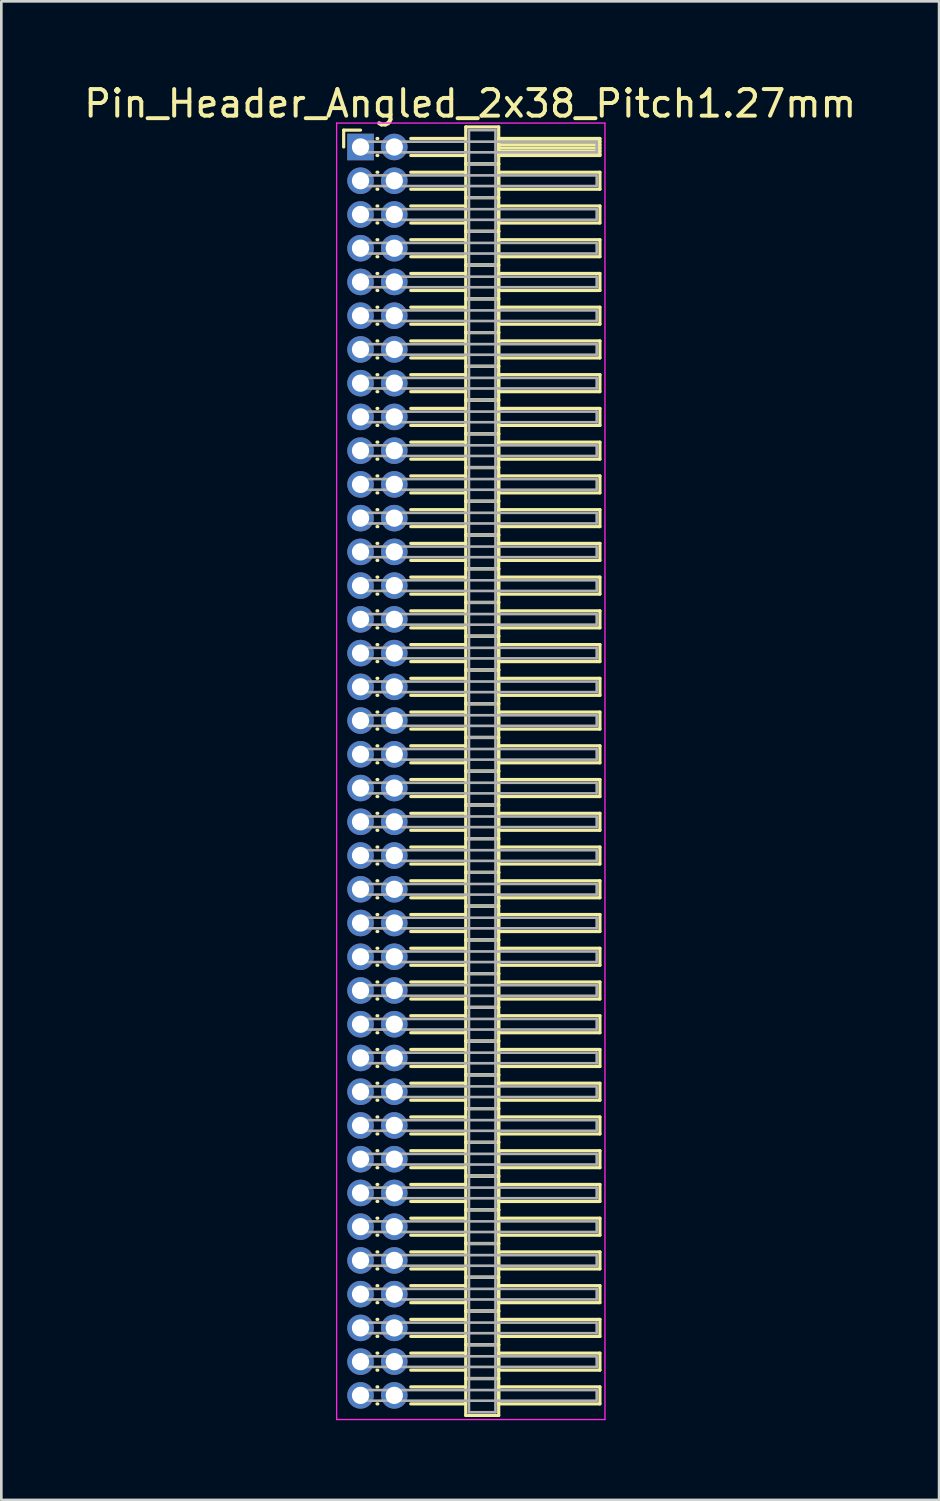
<source format=kicad_pcb>
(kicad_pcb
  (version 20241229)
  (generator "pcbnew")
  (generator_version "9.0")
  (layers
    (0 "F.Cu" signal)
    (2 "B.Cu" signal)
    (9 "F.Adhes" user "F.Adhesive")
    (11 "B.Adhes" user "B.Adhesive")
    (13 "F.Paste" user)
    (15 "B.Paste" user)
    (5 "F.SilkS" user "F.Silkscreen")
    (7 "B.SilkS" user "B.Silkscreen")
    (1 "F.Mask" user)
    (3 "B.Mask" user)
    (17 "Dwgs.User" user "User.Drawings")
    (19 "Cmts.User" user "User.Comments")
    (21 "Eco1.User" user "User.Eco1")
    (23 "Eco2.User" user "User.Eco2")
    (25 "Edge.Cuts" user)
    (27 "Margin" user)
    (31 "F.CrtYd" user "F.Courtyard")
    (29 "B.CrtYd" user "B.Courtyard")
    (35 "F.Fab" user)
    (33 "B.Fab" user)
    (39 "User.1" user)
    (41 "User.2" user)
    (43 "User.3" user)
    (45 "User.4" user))
  (footprint "Pin_Header_Angled_2x38_Pitch1.27mm"
    (layer "F.Cu")
    (at 10.521 2.483)
    (property "Reference" "Pin_Header_Angled_2x38_Pitch1.27mm" (at 4.128 -1.635 0) (layer "F.SilkS") (effects (font (size 1 1) (thickness 0.15))))
    (attr through_hole)
    (fp_line (start -0.635 -0.635) (end 0 -0.635) (stroke (width 0.12) (type solid)) (layer "F.SilkS"))
    (fp_line (start -0.635 0) (end -0.635 -0.635) (stroke (width 0.12) (type solid)) (layer "F.SilkS"))
    (fp_line (start 0.62 -0.32) (end 0.65 -0.32) (stroke (width 0.12) (type solid)) (layer "F.SilkS"))
    (fp_line (start 0.62 0.32) (end 0.65 0.32) (stroke (width 0.12) (type solid)) (layer "F.SilkS"))
    (fp_line (start 0.62 0.95) (end 0.65 0.95) (stroke (width 0.12) (type solid)) (layer "F.SilkS"))
    (fp_line (start 0.62 1.59) (end 0.65 1.59) (stroke (width 0.12) (type solid)) (layer "F.SilkS"))
    (fp_line (start 0.62 2.22) (end 0.65 2.22) (stroke (width 0.12) (type solid)) (layer "F.SilkS"))
    (fp_line (start 0.62 2.86) (end 0.65 2.86) (stroke (width 0.12) (type solid)) (layer "F.SilkS"))
    (fp_line (start 0.62 3.49) (end 0.65 3.49) (stroke (width 0.12) (type solid)) (layer "F.SilkS"))
    (fp_line (start 0.62 4.13) (end 0.65 4.13) (stroke (width 0.12) (type solid)) (layer "F.SilkS"))
    (fp_line (start 0.62 4.76) (end 0.65 4.76) (stroke (width 0.12) (type solid)) (layer "F.SilkS"))
    (fp_line (start 0.62 5.4) (end 0.65 5.4) (stroke (width 0.12) (type solid)) (layer "F.SilkS"))
    (fp_line (start 0.62 6.03) (end 0.65 6.03) (stroke (width 0.12) (type solid)) (layer "F.SilkS"))
    (fp_line (start 0.62 6.67) (end 0.65 6.67) (stroke (width 0.12) (type solid)) (layer "F.SilkS"))
    (fp_line (start 0.62 7.3) (end 0.65 7.3) (stroke (width 0.12) (type solid)) (layer "F.SilkS"))
    (fp_line (start 0.62 7.94) (end 0.65 7.94) (stroke (width 0.12) (type solid)) (layer "F.SilkS"))
    (fp_line (start 0.62 8.57) (end 0.65 8.57) (stroke (width 0.12) (type solid)) (layer "F.SilkS"))
    (fp_line (start 0.62 9.21) (end 0.65 9.21) (stroke (width 0.12) (type solid)) (layer "F.SilkS"))
    (fp_line (start 0.62 9.84) (end 0.65 9.84) (stroke (width 0.12) (type solid)) (layer "F.SilkS"))
    (fp_line (start 0.62 10.48) (end 0.65 10.48) (stroke (width 0.12) (type solid)) (layer "F.SilkS"))
    (fp_line (start 0.62 11.11) (end 0.65 11.11) (stroke (width 0.12) (type solid)) (layer "F.SilkS"))
    (fp_line (start 0.62 11.75) (end 0.65 11.75) (stroke (width 0.12) (type solid)) (layer "F.SilkS"))
    (fp_line (start 0.62 12.38) (end 0.65 12.38) (stroke (width 0.12) (type solid)) (layer "F.SilkS"))
    (fp_line (start 0.62 13.02) (end 0.65 13.02) (stroke (width 0.12) (type solid)) (layer "F.SilkS"))
    (fp_line (start 0.62 13.65) (end 0.65 13.65) (stroke (width 0.12) (type solid)) (layer "F.SilkS"))
    (fp_line (start 0.62 14.29) (end 0.65 14.29) (stroke (width 0.12) (type solid)) (layer "F.SilkS"))
    (fp_line (start 0.62 14.92) (end 0.65 14.92) (stroke (width 0.12) (type solid)) (layer "F.SilkS"))
    (fp_line (start 0.62 15.56) (end 0.65 15.56) (stroke (width 0.12) (type solid)) (layer "F.SilkS"))
    (fp_line (start 0.62 16.19) (end 0.65 16.19) (stroke (width 0.12) (type solid)) (layer "F.SilkS"))
    (fp_line (start 0.62 16.83) (end 0.65 16.83) (stroke (width 0.12) (type solid)) (layer "F.SilkS"))
    (fp_line (start 0.62 17.46) (end 0.65 17.46) (stroke (width 0.12) (type solid)) (layer "F.SilkS"))
    (fp_line (start 0.62 18.1) (end 0.65 18.1) (stroke (width 0.12) (type solid)) (layer "F.SilkS"))
    (fp_line (start 0.62 18.73) (end 0.65 18.73) (stroke (width 0.12) (type solid)) (layer "F.SilkS"))
    (fp_line (start 0.62 19.37) (end 0.65 19.37) (stroke (width 0.12) (type solid)) (layer "F.SilkS"))
    (fp_line (start 0.62 20) (end 0.65 20) (stroke (width 0.12) (type solid)) (layer "F.SilkS"))
    (fp_line (start 0.62 20.64) (end 0.65 20.64) (stroke (width 0.12) (type solid)) (layer "F.SilkS"))
    (fp_line (start 0.62 21.27) (end 0.65 21.27) (stroke (width 0.12) (type solid)) (layer "F.SilkS"))
    (fp_line (start 0.62 21.91) (end 0.65 21.91) (stroke (width 0.12) (type solid)) (layer "F.SilkS"))
    (fp_line (start 0.62 22.54) (end 0.65 22.54) (stroke (width 0.12) (type solid)) (layer "F.SilkS"))
    (fp_line (start 0.62 23.18) (end 0.65 23.18) (stroke (width 0.12) (type solid)) (layer "F.SilkS"))
    (fp_line (start 0.62 23.81) (end 0.65 23.81) (stroke (width 0.12) (type solid)) (layer "F.SilkS"))
    (fp_line (start 0.62 24.45) (end 0.65 24.45) (stroke (width 0.12) (type solid)) (layer "F.SilkS"))
    (fp_line (start 0.62 25.08) (end 0.65 25.08) (stroke (width 0.12) (type solid)) (layer "F.SilkS"))
    (fp_line (start 0.62 25.72) (end 0.65 25.72) (stroke (width 0.12) (type solid)) (layer "F.SilkS"))
    (fp_line (start 0.62 26.35) (end 0.65 26.35) (stroke (width 0.12) (type solid)) (layer "F.SilkS"))
    (fp_line (start 0.62 26.99) (end 0.65 26.99) (stroke (width 0.12) (type solid)) (layer "F.SilkS"))
    (fp_line (start 0.62 27.62) (end 0.65 27.62) (stroke (width 0.12) (type solid)) (layer "F.SilkS"))
    (fp_line (start 0.62 28.26) (end 0.65 28.26) (stroke (width 0.12) (type solid)) (layer "F.SilkS"))
    (fp_line (start 0.62 28.89) (end 0.65 28.89) (stroke (width 0.12) (type solid)) (layer "F.SilkS"))
    (fp_line (start 0.62 29.53) (end 0.65 29.53) (stroke (width 0.12) (type solid)) (layer "F.SilkS"))
    (fp_line (start 0.62 30.16) (end 0.65 30.16) (stroke (width 0.12) (type solid)) (layer "F.SilkS"))
    (fp_line (start 0.62 30.8) (end 0.65 30.8) (stroke (width 0.12) (type solid)) (layer "F.SilkS"))
    (fp_line (start 0.62 31.43) (end 0.65 31.43) (stroke (width 0.12) (type solid)) (layer "F.SilkS"))
    (fp_line (start 0.62 32.07) (end 0.65 32.07) (stroke (width 0.12) (type solid)) (layer "F.SilkS"))
    (fp_line (start 0.62 32.7) (end 0.65 32.7) (stroke (width 0.12) (type solid)) (layer "F.SilkS"))
    (fp_line (start 0.62 33.34) (end 0.65 33.34) (stroke (width 0.12) (type solid)) (layer "F.SilkS"))
    (fp_line (start 0.62 33.97) (end 0.65 33.97) (stroke (width 0.12) (type solid)) (layer "F.SilkS"))
    (fp_line (start 0.62 34.61) (end 0.65 34.61) (stroke (width 0.12) (type solid)) (layer "F.SilkS"))
    (fp_line (start 0.62 35.24) (end 0.65 35.24) (stroke (width 0.12) (type solid)) (layer "F.SilkS"))
    (fp_line (start 0.62 35.88) (end 0.65 35.88) (stroke (width 0.12) (type solid)) (layer "F.SilkS"))
    (fp_line (start 0.62 36.51) (end 0.65 36.51) (stroke (width 0.12) (type solid)) (layer "F.SilkS"))
    (fp_line (start 0.62 37.15) (end 0.65 37.15) (stroke (width 0.12) (type solid)) (layer "F.SilkS"))
    (fp_line (start 0.62 37.78) (end 0.65 37.78) (stroke (width 0.12) (type solid)) (layer "F.SilkS"))
    (fp_line (start 0.62 38.42) (end 0.65 38.42) (stroke (width 0.12) (type solid)) (layer "F.SilkS"))
    (fp_line (start 0.62 39.05) (end 0.65 39.05) (stroke (width 0.12) (type solid)) (layer "F.SilkS"))
    (fp_line (start 0.62 39.69) (end 0.65 39.69) (stroke (width 0.12) (type solid)) (layer "F.SilkS"))
    (fp_line (start 0.62 40.32) (end 0.65 40.32) (stroke (width 0.12) (type solid)) (layer "F.SilkS"))
    (fp_line (start 0.62 40.96) (end 0.65 40.96) (stroke (width 0.12) (type solid)) (layer "F.SilkS"))
    (fp_line (start 0.62 41.59) (end 0.65 41.59) (stroke (width 0.12) (type solid)) (layer "F.SilkS"))
    (fp_line (start 0.62 42.23) (end 0.65 42.23) (stroke (width 0.12) (type solid)) (layer "F.SilkS"))
    (fp_line (start 0.62 42.86) (end 0.65 42.86) (stroke (width 0.12) (type solid)) (layer "F.SilkS"))
    (fp_line (start 0.62 43.5) (end 0.65 43.5) (stroke (width 0.12) (type solid)) (layer "F.SilkS"))
    (fp_line (start 0.62 44.13) (end 0.65 44.13) (stroke (width 0.12) (type solid)) (layer "F.SilkS"))
    (fp_line (start 0.62 44.77) (end 0.65 44.77) (stroke (width 0.12) (type solid)) (layer "F.SilkS"))
    (fp_line (start 0.62 45.4) (end 0.65 45.4) (stroke (width 0.12) (type solid)) (layer "F.SilkS"))
    (fp_line (start 0.62 46.04) (end 0.65 46.04) (stroke (width 0.12) (type solid)) (layer "F.SilkS"))
    (fp_line (start 0.62 46.67) (end 0.65 46.67) (stroke (width 0.12) (type solid)) (layer "F.SilkS"))
    (fp_line (start 0.62 47.31) (end 0.65 47.31) (stroke (width 0.12) (type solid)) (layer "F.SilkS"))
    (fp_line (start 1.89 -0.32) (end 3.96 -0.32) (stroke (width 0.12) (type solid)) (layer "F.SilkS"))
    (fp_line (start 1.89 0.32) (end 3.96 0.32) (stroke (width 0.12) (type solid)) (layer "F.SilkS"))
    (fp_line (start 1.89 0.95) (end 3.96 0.95) (stroke (width 0.12) (type solid)) (layer "F.SilkS"))
    (fp_line (start 1.89 1.59) (end 3.96 1.59) (stroke (width 0.12) (type solid)) (layer "F.SilkS"))
    (fp_line (start 1.89 2.22) (end 3.96 2.22) (stroke (width 0.12) (type solid)) (layer "F.SilkS"))
    (fp_line (start 1.89 2.86) (end 3.96 2.86) (stroke (width 0.12) (type solid)) (layer "F.SilkS"))
    (fp_line (start 1.89 3.49) (end 3.96 3.49) (stroke (width 0.12) (type solid)) (layer "F.SilkS"))
    (fp_line (start 1.89 4.13) (end 3.96 4.13) (stroke (width 0.12) (type solid)) (layer "F.SilkS"))
    (fp_line (start 1.89 4.76) (end 3.96 4.76) (stroke (width 0.12) (type solid)) (layer "F.SilkS"))
    (fp_line (start 1.89 5.4) (end 3.96 5.4) (stroke (width 0.12) (type solid)) (layer "F.SilkS"))
    (fp_line (start 1.89 6.03) (end 3.96 6.03) (stroke (width 0.12) (type solid)) (layer "F.SilkS"))
    (fp_line (start 1.89 6.67) (end 3.96 6.67) (stroke (width 0.12) (type solid)) (layer "F.SilkS"))
    (fp_line (start 1.89 7.3) (end 3.96 7.3) (stroke (width 0.12) (type solid)) (layer "F.SilkS"))
    (fp_line (start 1.89 7.94) (end 3.96 7.94) (stroke (width 0.12) (type solid)) (layer "F.SilkS"))
    (fp_line (start 1.89 8.57) (end 3.96 8.57) (stroke (width 0.12) (type solid)) (layer "F.SilkS"))
    (fp_line (start 1.89 9.21) (end 3.96 9.21) (stroke (width 0.12) (type solid)) (layer "F.SilkS"))
    (fp_line (start 1.89 9.84) (end 3.96 9.84) (stroke (width 0.12) (type solid)) (layer "F.SilkS"))
    (fp_line (start 1.89 10.48) (end 3.96 10.48) (stroke (width 0.12) (type solid)) (layer "F.SilkS"))
    (fp_line (start 1.89 11.11) (end 3.96 11.11) (stroke (width 0.12) (type solid)) (layer "F.SilkS"))
    (fp_line (start 1.89 11.75) (end 3.96 11.75) (stroke (width 0.12) (type solid)) (layer "F.SilkS"))
    (fp_line (start 1.89 12.38) (end 3.96 12.38) (stroke (width 0.12) (type solid)) (layer "F.SilkS"))
    (fp_line (start 1.89 13.02) (end 3.96 13.02) (stroke (width 0.12) (type solid)) (layer "F.SilkS"))
    (fp_line (start 1.89 13.65) (end 3.96 13.65) (stroke (width 0.12) (type solid)) (layer "F.SilkS"))
    (fp_line (start 1.89 14.29) (end 3.96 14.29) (stroke (width 0.12) (type solid)) (layer "F.SilkS"))
    (fp_line (start 1.89 14.92) (end 3.96 14.92) (stroke (width 0.12) (type solid)) (layer "F.SilkS"))
    (fp_line (start 1.89 15.56) (end 3.96 15.56) (stroke (width 0.12) (type solid)) (layer "F.SilkS"))
    (fp_line (start 1.89 16.19) (end 3.96 16.19) (stroke (width 0.12) (type solid)) (layer "F.SilkS"))
    (fp_line (start 1.89 16.83) (end 3.96 16.83) (stroke (width 0.12) (type solid)) (layer "F.SilkS"))
    (fp_line (start 1.89 17.46) (end 3.96 17.46) (stroke (width 0.12) (type solid)) (layer "F.SilkS"))
    (fp_line (start 1.89 18.1) (end 3.96 18.1) (stroke (width 0.12) (type solid)) (layer "F.SilkS"))
    (fp_line (start 1.89 18.73) (end 3.96 18.73) (stroke (width 0.12) (type solid)) (layer "F.SilkS"))
    (fp_line (start 1.89 19.37) (end 3.96 19.37) (stroke (width 0.12) (type solid)) (layer "F.SilkS"))
    (fp_line (start 1.89 20) (end 3.96 20) (stroke (width 0.12) (type solid)) (layer "F.SilkS"))
    (fp_line (start 1.89 20.64) (end 3.96 20.64) (stroke (width 0.12) (type solid)) (layer "F.SilkS"))
    (fp_line (start 1.89 21.27) (end 3.96 21.27) (stroke (width 0.12) (type solid)) (layer "F.SilkS"))
    (fp_line (start 1.89 21.91) (end 3.96 21.91) (stroke (width 0.12) (type solid)) (layer "F.SilkS"))
    (fp_line (start 1.89 22.54) (end 3.96 22.54) (stroke (width 0.12) (type solid)) (layer "F.SilkS"))
    (fp_line (start 1.89 23.18) (end 3.96 23.18) (stroke (width 0.12) (type solid)) (layer "F.SilkS"))
    (fp_line (start 1.89 23.81) (end 3.96 23.81) (stroke (width 0.12) (type solid)) (layer "F.SilkS"))
    (fp_line (start 1.89 24.45) (end 3.96 24.45) (stroke (width 0.12) (type solid)) (layer "F.SilkS"))
    (fp_line (start 1.89 25.08) (end 3.96 25.08) (stroke (width 0.12) (type solid)) (layer "F.SilkS"))
    (fp_line (start 1.89 25.72) (end 3.96 25.72) (stroke (width 0.12) (type solid)) (layer "F.SilkS"))
    (fp_line (start 1.89 26.35) (end 3.96 26.35) (stroke (width 0.12) (type solid)) (layer "F.SilkS"))
    (fp_line (start 1.89 26.99) (end 3.96 26.99) (stroke (width 0.12) (type solid)) (layer "F.SilkS"))
    (fp_line (start 1.89 27.62) (end 3.96 27.62) (stroke (width 0.12) (type solid)) (layer "F.SilkS"))
    (fp_line (start 1.89 28.26) (end 3.96 28.26) (stroke (width 0.12) (type solid)) (layer "F.SilkS"))
    (fp_line (start 1.89 28.89) (end 3.96 28.89) (stroke (width 0.12) (type solid)) (layer "F.SilkS"))
    (fp_line (start 1.89 29.53) (end 3.96 29.53) (stroke (width 0.12) (type solid)) (layer "F.SilkS"))
    (fp_line (start 1.89 30.16) (end 3.96 30.16) (stroke (width 0.12) (type solid)) (layer "F.SilkS"))
    (fp_line (start 1.89 30.8) (end 3.96 30.8) (stroke (width 0.12) (type solid)) (layer "F.SilkS"))
    (fp_line (start 1.89 31.43) (end 3.96 31.43) (stroke (width 0.12) (type solid)) (layer "F.SilkS"))
    (fp_line (start 1.89 32.07) (end 3.96 32.07) (stroke (width 0.12) (type solid)) (layer "F.SilkS"))
    (fp_line (start 1.89 32.7) (end 3.96 32.7) (stroke (width 0.12) (type solid)) (layer "F.SilkS"))
    (fp_line (start 1.89 33.34) (end 3.96 33.34) (stroke (width 0.12) (type solid)) (layer "F.SilkS"))
    (fp_line (start 1.89 33.97) (end 3.96 33.97) (stroke (width 0.12) (type solid)) (layer "F.SilkS"))
    (fp_line (start 1.89 34.61) (end 3.96 34.61) (stroke (width 0.12) (type solid)) (layer "F.SilkS"))
    (fp_line (start 1.89 35.24) (end 3.96 35.24) (stroke (width 0.12) (type solid)) (layer "F.SilkS"))
    (fp_line (start 1.89 35.88) (end 3.96 35.88) (stroke (width 0.12) (type solid)) (layer "F.SilkS"))
    (fp_line (start 1.89 36.51) (end 3.96 36.51) (stroke (width 0.12) (type solid)) (layer "F.SilkS"))
    (fp_line (start 1.89 37.15) (end 3.96 37.15) (stroke (width 0.12) (type solid)) (layer "F.SilkS"))
    (fp_line (start 1.89 37.78) (end 3.96 37.78) (stroke (width 0.12) (type solid)) (layer "F.SilkS"))
    (fp_line (start 1.89 38.42) (end 3.96 38.42) (stroke (width 0.12) (type solid)) (layer "F.SilkS"))
    (fp_line (start 1.89 39.05) (end 3.96 39.05) (stroke (width 0.12) (type solid)) (layer "F.SilkS"))
    (fp_line (start 1.89 39.69) (end 3.96 39.69) (stroke (width 0.12) (type solid)) (layer "F.SilkS"))
    (fp_line (start 1.89 40.32) (end 3.96 40.32) (stroke (width 0.12) (type solid)) (layer "F.SilkS"))
    (fp_line (start 1.89 40.96) (end 3.96 40.96) (stroke (width 0.12) (type solid)) (layer "F.SilkS"))
    (fp_line (start 1.89 41.59) (end 3.96 41.59) (stroke (width 0.12) (type solid)) (layer "F.SilkS"))
    (fp_line (start 1.89 42.23) (end 3.96 42.23) (stroke (width 0.12) (type solid)) (layer "F.SilkS"))
    (fp_line (start 1.89 42.86) (end 3.96 42.86) (stroke (width 0.12) (type solid)) (layer "F.SilkS"))
    (fp_line (start 1.89 43.5) (end 3.96 43.5) (stroke (width 0.12) (type solid)) (layer "F.SilkS"))
    (fp_line (start 1.89 44.13) (end 3.96 44.13) (stroke (width 0.12) (type solid)) (layer "F.SilkS"))
    (fp_line (start 1.89 44.77) (end 3.96 44.77) (stroke (width 0.12) (type solid)) (layer "F.SilkS"))
    (fp_line (start 1.89 45.4) (end 3.96 45.4) (stroke (width 0.12) (type solid)) (layer "F.SilkS"))
    (fp_line (start 1.89 46.04) (end 3.96 46.04) (stroke (width 0.12) (type solid)) (layer "F.SilkS"))
    (fp_line (start 1.89 46.67) (end 3.96 46.67) (stroke (width 0.12) (type solid)) (layer "F.SilkS"))
    (fp_line (start 1.89 47.31) (end 3.96 47.31) (stroke (width 0.12) (type solid)) (layer "F.SilkS"))
    (fp_line (start 3.96 -0.755) (end 3.96 0.635) (stroke (width 0.12) (type solid)) (layer "F.SilkS"))
    (fp_line (start 3.96 0.635) (end 3.96 1.905) (stroke (width 0.12) (type solid)) (layer "F.SilkS"))
    (fp_line (start 3.96 0.635) (end 5.2 0.635) (stroke (width 0.12) (type solid)) (layer "F.SilkS"))
    (fp_line (start 3.96 1.905) (end 3.96 3.175) (stroke (width 0.12) (type solid)) (layer "F.SilkS"))
    (fp_line (start 3.96 1.905) (end 5.2 1.905) (stroke (width 0.12) (type solid)) (layer "F.SilkS"))
    (fp_line (start 3.96 3.175) (end 3.96 4.445) (stroke (width 0.12) (type solid)) (layer "F.SilkS"))
    (fp_line (start 3.96 3.175) (end 5.2 3.175) (stroke (width 0.12) (type solid)) (layer "F.SilkS"))
    (fp_line (start 3.96 4.445) (end 3.96 5.715) (stroke (width 0.12) (type solid)) (layer "F.SilkS"))
    (fp_line (start 3.96 4.445) (end 5.2 4.445) (stroke (width 0.12) (type solid)) (layer "F.SilkS"))
    (fp_line (start 3.96 5.715) (end 3.96 6.985) (stroke (width 0.12) (type solid)) (layer "F.SilkS"))
    (fp_line (start 3.96 5.715) (end 5.2 5.715) (stroke (width 0.12) (type solid)) (layer "F.SilkS"))
    (fp_line (start 3.96 6.985) (end 3.96 8.255) (stroke (width 0.12) (type solid)) (layer "F.SilkS"))
    (fp_line (start 3.96 6.985) (end 5.2 6.985) (stroke (width 0.12) (type solid)) (layer "F.SilkS"))
    (fp_line (start 3.96 8.255) (end 3.96 9.525) (stroke (width 0.12) (type solid)) (layer "F.SilkS"))
    (fp_line (start 3.96 8.255) (end 5.2 8.255) (stroke (width 0.12) (type solid)) (layer "F.SilkS"))
    (fp_line (start 3.96 9.525) (end 3.96 10.795) (stroke (width 0.12) (type solid)) (layer "F.SilkS"))
    (fp_line (start 3.96 9.525) (end 5.2 9.525) (stroke (width 0.12) (type solid)) (layer "F.SilkS"))
    (fp_line (start 3.96 10.795) (end 3.96 12.065) (stroke (width 0.12) (type solid)) (layer "F.SilkS"))
    (fp_line (start 3.96 10.795) (end 5.2 10.795) (stroke (width 0.12) (type solid)) (layer "F.SilkS"))
    (fp_line (start 3.96 12.065) (end 3.96 13.335) (stroke (width 0.12) (type solid)) (layer "F.SilkS"))
    (fp_line (start 3.96 12.065) (end 5.2 12.065) (stroke (width 0.12) (type solid)) (layer "F.SilkS"))
    (fp_line (start 3.96 13.335) (end 3.96 14.605) (stroke (width 0.12) (type solid)) (layer "F.SilkS"))
    (fp_line (start 3.96 13.335) (end 5.2 13.335) (stroke (width 0.12) (type solid)) (layer "F.SilkS"))
    (fp_line (start 3.96 14.605) (end 3.96 15.875) (stroke (width 0.12) (type solid)) (layer "F.SilkS"))
    (fp_line (start 3.96 14.605) (end 5.2 14.605) (stroke (width 0.12) (type solid)) (layer "F.SilkS"))
    (fp_line (start 3.96 15.875) (end 3.96 17.145) (stroke (width 0.12) (type solid)) (layer "F.SilkS"))
    (fp_line (start 3.96 15.875) (end 5.2 15.875) (stroke (width 0.12) (type solid)) (layer "F.SilkS"))
    (fp_line (start 3.96 17.145) (end 3.96 18.415) (stroke (width 0.12) (type solid)) (layer "F.SilkS"))
    (fp_line (start 3.96 17.145) (end 5.2 17.145) (stroke (width 0.12) (type solid)) (layer "F.SilkS"))
    (fp_line (start 3.96 18.415) (end 3.96 19.685) (stroke (width 0.12) (type solid)) (layer "F.SilkS"))
    (fp_line (start 3.96 18.415) (end 5.2 18.415) (stroke (width 0.12) (type solid)) (layer "F.SilkS"))
    (fp_line (start 3.96 19.685) (end 3.96 20.955) (stroke (width 0.12) (type solid)) (layer "F.SilkS"))
    (fp_line (start 3.96 19.685) (end 5.2 19.685) (stroke (width 0.12) (type solid)) (layer "F.SilkS"))
    (fp_line (start 3.96 20.955) (end 3.96 22.225) (stroke (width 0.12) (type solid)) (layer "F.SilkS"))
    (fp_line (start 3.96 20.955) (end 5.2 20.955) (stroke (width 0.12) (type solid)) (layer "F.SilkS"))
    (fp_line (start 3.96 22.225) (end 3.96 23.495) (stroke (width 0.12) (type solid)) (layer "F.SilkS"))
    (fp_line (start 3.96 22.225) (end 5.2 22.225) (stroke (width 0.12) (type solid)) (layer "F.SilkS"))
    (fp_line (start 3.96 23.495) (end 3.96 24.765) (stroke (width 0.12) (type solid)) (layer "F.SilkS"))
    (fp_line (start 3.96 23.495) (end 5.2 23.495) (stroke (width 0.12) (type solid)) (layer "F.SilkS"))
    (fp_line (start 3.96 24.765) (end 3.96 26.035) (stroke (width 0.12) (type solid)) (layer "F.SilkS"))
    (fp_line (start 3.96 24.765) (end 5.2 24.765) (stroke (width 0.12) (type solid)) (layer "F.SilkS"))
    (fp_line (start 3.96 26.035) (end 3.96 27.305) (stroke (width 0.12) (type solid)) (layer "F.SilkS"))
    (fp_line (start 3.96 26.035) (end 5.2 26.035) (stroke (width 0.12) (type solid)) (layer "F.SilkS"))
    (fp_line (start 3.96 27.305) (end 3.96 28.575) (stroke (width 0.12) (type solid)) (layer "F.SilkS"))
    (fp_line (start 3.96 27.305) (end 5.2 27.305) (stroke (width 0.12) (type solid)) (layer "F.SilkS"))
    (fp_line (start 3.96 28.575) (end 3.96 29.845) (stroke (width 0.12) (type solid)) (layer "F.SilkS"))
    (fp_line (start 3.96 28.575) (end 5.2 28.575) (stroke (width 0.12) (type solid)) (layer "F.SilkS"))
    (fp_line (start 3.96 29.845) (end 3.96 31.115) (stroke (width 0.12) (type solid)) (layer "F.SilkS"))
    (fp_line (start 3.96 29.845) (end 5.2 29.845) (stroke (width 0.12) (type solid)) (layer "F.SilkS"))
    (fp_line (start 3.96 31.115) (end 3.96 32.385) (stroke (width 0.12) (type solid)) (layer "F.SilkS"))
    (fp_line (start 3.96 31.115) (end 5.2 31.115) (stroke (width 0.12) (type solid)) (layer "F.SilkS"))
    (fp_line (start 3.96 32.385) (end 3.96 33.655) (stroke (width 0.12) (type solid)) (layer "F.SilkS"))
    (fp_line (start 3.96 32.385) (end 5.2 32.385) (stroke (width 0.12) (type solid)) (layer "F.SilkS"))
    (fp_line (start 3.96 33.655) (end 3.96 34.925) (stroke (width 0.12) (type solid)) (layer "F.SilkS"))
    (fp_line (start 3.96 33.655) (end 5.2 33.655) (stroke (width 0.12) (type solid)) (layer "F.SilkS"))
    (fp_line (start 3.96 34.925) (end 3.96 36.195) (stroke (width 0.12) (type solid)) (layer "F.SilkS"))
    (fp_line (start 3.96 34.925) (end 5.2 34.925) (stroke (width 0.12) (type solid)) (layer "F.SilkS"))
    (fp_line (start 3.96 36.195) (end 3.96 37.465) (stroke (width 0.12) (type solid)) (layer "F.SilkS"))
    (fp_line (start 3.96 36.195) (end 5.2 36.195) (stroke (width 0.12) (type solid)) (layer "F.SilkS"))
    (fp_line (start 3.96 37.465) (end 3.96 38.735) (stroke (width 0.12) (type solid)) (layer "F.SilkS"))
    (fp_line (start 3.96 37.465) (end 5.2 37.465) (stroke (width 0.12) (type solid)) (layer "F.SilkS"))
    (fp_line (start 3.96 38.735) (end 3.96 40.005) (stroke (width 0.12) (type solid)) (layer "F.SilkS"))
    (fp_line (start 3.96 38.735) (end 5.2 38.735) (stroke (width 0.12) (type solid)) (layer "F.SilkS"))
    (fp_line (start 3.96 40.005) (end 3.96 41.275) (stroke (width 0.12) (type solid)) (layer "F.SilkS"))
    (fp_line (start 3.96 40.005) (end 5.2 40.005) (stroke (width 0.12) (type solid)) (layer "F.SilkS"))
    (fp_line (start 3.96 41.275) (end 3.96 42.545) (stroke (width 0.12) (type solid)) (layer "F.SilkS"))
    (fp_line (start 3.96 41.275) (end 5.2 41.275) (stroke (width 0.12) (type solid)) (layer "F.SilkS"))
    (fp_line (start 3.96 42.545) (end 3.96 43.815) (stroke (width 0.12) (type solid)) (layer "F.SilkS"))
    (fp_line (start 3.96 42.545) (end 5.2 42.545) (stroke (width 0.12) (type solid)) (layer "F.SilkS"))
    (fp_line (start 3.96 43.815) (end 3.96 45.085) (stroke (width 0.12) (type solid)) (layer "F.SilkS"))
    (fp_line (start 3.96 43.815) (end 5.2 43.815) (stroke (width 0.12) (type solid)) (layer "F.SilkS"))
    (fp_line (start 3.96 45.085) (end 3.96 46.355) (stroke (width 0.12) (type solid)) (layer "F.SilkS"))
    (fp_line (start 3.96 45.085) (end 5.2 45.085) (stroke (width 0.12) (type solid)) (layer "F.SilkS"))
    (fp_line (start 3.96 46.355) (end 3.96 47.745) (stroke (width 0.12) (type solid)) (layer "F.SilkS"))
    (fp_line (start 3.96 46.355) (end 5.2 46.355) (stroke (width 0.12) (type solid)) (layer "F.SilkS"))
    (fp_line (start 3.96 47.745) (end 5.2 47.745) (stroke (width 0.12) (type solid)) (layer "F.SilkS"))
    (fp_line (start 5.2 -0.755) (end 3.96 -0.755) (stroke (width 0.12) (type solid)) (layer "F.SilkS"))
    (fp_line (start 5.2 -0.32) (end 5.2 0.32) (stroke (width 0.12) (type solid)) (layer "F.SilkS"))
    (fp_line (start 5.2 -0.2) (end 9.01 -0.2) (stroke (width 0.12) (type solid)) (layer "F.SilkS"))
    (fp_line (start 5.2 -0.08) (end 9.01 -0.08) (stroke (width 0.12) (type solid)) (layer "F.SilkS"))
    (fp_line (start 5.2 0.04) (end 9.01 0.04) (stroke (width 0.12) (type solid)) (layer "F.SilkS"))
    (fp_line (start 5.2 0.16) (end 9.01 0.16) (stroke (width 0.12) (type solid)) (layer "F.SilkS"))
    (fp_line (start 5.2 0.28) (end 9.01 0.28) (stroke (width 0.12) (type solid)) (layer "F.SilkS"))
    (fp_line (start 5.2 0.32) (end 9.01 0.32) (stroke (width 0.12) (type solid)) (layer "F.SilkS"))
    (fp_line (start 5.2 0.635) (end 3.96 0.635) (stroke (width 0.12) (type solid)) (layer "F.SilkS"))
    (fp_line (start 5.2 0.635) (end 5.2 -0.755) (stroke (width 0.12) (type solid)) (layer "F.SilkS"))
    (fp_line (start 5.2 0.95) (end 5.2 1.59) (stroke (width 0.12) (type solid)) (layer "F.SilkS"))
    (fp_line (start 5.2 1.59) (end 9.01 1.59) (stroke (width 0.12) (type solid)) (layer "F.SilkS"))
    (fp_line (start 5.2 1.905) (end 3.96 1.905) (stroke (width 0.12) (type solid)) (layer "F.SilkS"))
    (fp_line (start 5.2 1.905) (end 5.2 0.635) (stroke (width 0.12) (type solid)) (layer "F.SilkS"))
    (fp_line (start 5.2 2.22) (end 5.2 2.86) (stroke (width 0.12) (type solid)) (layer "F.SilkS"))
    (fp_line (start 5.2 2.86) (end 9.01 2.86) (stroke (width 0.12) (type solid)) (layer "F.SilkS"))
    (fp_line (start 5.2 3.175) (end 3.96 3.175) (stroke (width 0.12) (type solid)) (layer "F.SilkS"))
    (fp_line (start 5.2 3.175) (end 5.2 1.905) (stroke (width 0.12) (type solid)) (layer "F.SilkS"))
    (fp_line (start 5.2 3.49) (end 5.2 4.13) (stroke (width 0.12) (type solid)) (layer "F.SilkS"))
    (fp_line (start 5.2 4.13) (end 9.01 4.13) (stroke (width 0.12) (type solid)) (layer "F.SilkS"))
    (fp_line (start 5.2 4.445) (end 3.96 4.445) (stroke (width 0.12) (type solid)) (layer "F.SilkS"))
    (fp_line (start 5.2 4.445) (end 5.2 3.175) (stroke (width 0.12) (type solid)) (layer "F.SilkS"))
    (fp_line (start 5.2 4.76) (end 5.2 5.4) (stroke (width 0.12) (type solid)) (layer "F.SilkS"))
    (fp_line (start 5.2 5.4) (end 9.01 5.4) (stroke (width 0.12) (type solid)) (layer "F.SilkS"))
    (fp_line (start 5.2 5.715) (end 3.96 5.715) (stroke (width 0.12) (type solid)) (layer "F.SilkS"))
    (fp_line (start 5.2 5.715) (end 5.2 4.445) (stroke (width 0.12) (type solid)) (layer "F.SilkS"))
    (fp_line (start 5.2 6.03) (end 5.2 6.67) (stroke (width 0.12) (type solid)) (layer "F.SilkS"))
    (fp_line (start 5.2 6.67) (end 9.01 6.67) (stroke (width 0.12) (type solid)) (layer "F.SilkS"))
    (fp_line (start 5.2 6.985) (end 3.96 6.985) (stroke (width 0.12) (type solid)) (layer "F.SilkS"))
    (fp_line (start 5.2 6.985) (end 5.2 5.715) (stroke (width 0.12) (type solid)) (layer "F.SilkS"))
    (fp_line (start 5.2 7.3) (end 5.2 7.94) (stroke (width 0.12) (type solid)) (layer "F.SilkS"))
    (fp_line (start 5.2 7.94) (end 9.01 7.94) (stroke (width 0.12) (type solid)) (layer "F.SilkS"))
    (fp_line (start 5.2 8.255) (end 3.96 8.255) (stroke (width 0.12) (type solid)) (layer "F.SilkS"))
    (fp_line (start 5.2 8.255) (end 5.2 6.985) (stroke (width 0.12) (type solid)) (layer "F.SilkS"))
    (fp_line (start 5.2 8.57) (end 5.2 9.21) (stroke (width 0.12) (type solid)) (layer "F.SilkS"))
    (fp_line (start 5.2 9.21) (end 9.01 9.21) (stroke (width 0.12) (type solid)) (layer "F.SilkS"))
    (fp_line (start 5.2 9.525) (end 3.96 9.525) (stroke (width 0.12) (type solid)) (layer "F.SilkS"))
    (fp_line (start 5.2 9.525) (end 5.2 8.255) (stroke (width 0.12) (type solid)) (layer "F.SilkS"))
    (fp_line (start 5.2 9.84) (end 5.2 10.48) (stroke (width 0.12) (type solid)) (layer "F.SilkS"))
    (fp_line (start 5.2 10.48) (end 9.01 10.48) (stroke (width 0.12) (type solid)) (layer "F.SilkS"))
    (fp_line (start 5.2 10.795) (end 3.96 10.795) (stroke (width 0.12) (type solid)) (layer "F.SilkS"))
    (fp_line (start 5.2 10.795) (end 5.2 9.525) (stroke (width 0.12) (type solid)) (layer "F.SilkS"))
    (fp_line (start 5.2 11.11) (end 5.2 11.75) (stroke (width 0.12) (type solid)) (layer "F.SilkS"))
    (fp_line (start 5.2 11.75) (end 9.01 11.75) (stroke (width 0.12) (type solid)) (layer "F.SilkS"))
    (fp_line (start 5.2 12.065) (end 3.96 12.065) (stroke (width 0.12) (type solid)) (layer "F.SilkS"))
    (fp_line (start 5.2 12.065) (end 5.2 10.795) (stroke (width 0.12) (type solid)) (layer "F.SilkS"))
    (fp_line (start 5.2 12.38) (end 5.2 13.02) (stroke (width 0.12) (type solid)) (layer "F.SilkS"))
    (fp_line (start 5.2 13.02) (end 9.01 13.02) (stroke (width 0.12) (type solid)) (layer "F.SilkS"))
    (fp_line (start 5.2 13.335) (end 3.96 13.335) (stroke (width 0.12) (type solid)) (layer "F.SilkS"))
    (fp_line (start 5.2 13.335) (end 5.2 12.065) (stroke (width 0.12) (type solid)) (layer "F.SilkS"))
    (fp_line (start 5.2 13.65) (end 5.2 14.29) (stroke (width 0.12) (type solid)) (layer "F.SilkS"))
    (fp_line (start 5.2 14.29) (end 9.01 14.29) (stroke (width 0.12) (type solid)) (layer "F.SilkS"))
    (fp_line (start 5.2 14.605) (end 3.96 14.605) (stroke (width 0.12) (type solid)) (layer "F.SilkS"))
    (fp_line (start 5.2 14.605) (end 5.2 13.335) (stroke (width 0.12) (type solid)) (layer "F.SilkS"))
    (fp_line (start 5.2 14.92) (end 5.2 15.56) (stroke (width 0.12) (type solid)) (layer "F.SilkS"))
    (fp_line (start 5.2 15.56) (end 9.01 15.56) (stroke (width 0.12) (type solid)) (layer "F.SilkS"))
    (fp_line (start 5.2 15.875) (end 3.96 15.875) (stroke (width 0.12) (type solid)) (layer "F.SilkS"))
    (fp_line (start 5.2 15.875) (end 5.2 14.605) (stroke (width 0.12) (type solid)) (layer "F.SilkS"))
    (fp_line (start 5.2 16.19) (end 5.2 16.83) (stroke (width 0.12) (type solid)) (layer "F.SilkS"))
    (fp_line (start 5.2 16.83) (end 9.01 16.83) (stroke (width 0.12) (type solid)) (layer "F.SilkS"))
    (fp_line (start 5.2 17.145) (end 3.96 17.145) (stroke (width 0.12) (type solid)) (layer "F.SilkS"))
    (fp_line (start 5.2 17.145) (end 5.2 15.875) (stroke (width 0.12) (type solid)) (layer "F.SilkS"))
    (fp_line (start 5.2 17.46) (end 5.2 18.1) (stroke (width 0.12) (type solid)) (layer "F.SilkS"))
    (fp_line (start 5.2 18.1) (end 9.01 18.1) (stroke (width 0.12) (type solid)) (layer "F.SilkS"))
    (fp_line (start 5.2 18.415) (end 3.96 18.415) (stroke (width 0.12) (type solid)) (layer "F.SilkS"))
    (fp_line (start 5.2 18.415) (end 5.2 17.145) (stroke (width 0.12) (type solid)) (layer "F.SilkS"))
    (fp_line (start 5.2 18.73) (end 5.2 19.37) (stroke (width 0.12) (type solid)) (layer "F.SilkS"))
    (fp_line (start 5.2 19.37) (end 9.01 19.37) (stroke (width 0.12) (type solid)) (layer "F.SilkS"))
    (fp_line (start 5.2 19.685) (end 3.96 19.685) (stroke (width 0.12) (type solid)) (layer "F.SilkS"))
    (fp_line (start 5.2 19.685) (end 5.2 18.415) (stroke (width 0.12) (type solid)) (layer "F.SilkS"))
    (fp_line (start 5.2 20) (end 5.2 20.64) (stroke (width 0.12) (type solid)) (layer "F.SilkS"))
    (fp_line (start 5.2 20.64) (end 9.01 20.64) (stroke (width 0.12) (type solid)) (layer "F.SilkS"))
    (fp_line (start 5.2 20.955) (end 3.96 20.955) (stroke (width 0.12) (type solid)) (layer "F.SilkS"))
    (fp_line (start 5.2 20.955) (end 5.2 19.685) (stroke (width 0.12) (type solid)) (layer "F.SilkS"))
    (fp_line (start 5.2 21.27) (end 5.2 21.91) (stroke (width 0.12) (type solid)) (layer "F.SilkS"))
    (fp_line (start 5.2 21.91) (end 9.01 21.91) (stroke (width 0.12) (type solid)) (layer "F.SilkS"))
    (fp_line (start 5.2 22.225) (end 3.96 22.225) (stroke (width 0.12) (type solid)) (layer "F.SilkS"))
    (fp_line (start 5.2 22.225) (end 5.2 20.955) (stroke (width 0.12) (type solid)) (layer "F.SilkS"))
    (fp_line (start 5.2 22.54) (end 5.2 23.18) (stroke (width 0.12) (type solid)) (layer "F.SilkS"))
    (fp_line (start 5.2 23.18) (end 9.01 23.18) (stroke (width 0.12) (type solid)) (layer "F.SilkS"))
    (fp_line (start 5.2 23.495) (end 3.96 23.495) (stroke (width 0.12) (type solid)) (layer "F.SilkS"))
    (fp_line (start 5.2 23.495) (end 5.2 22.225) (stroke (width 0.12) (type solid)) (layer "F.SilkS"))
    (fp_line (start 5.2 23.81) (end 5.2 24.45) (stroke (width 0.12) (type solid)) (layer "F.SilkS"))
    (fp_line (start 5.2 24.45) (end 9.01 24.45) (stroke (width 0.12) (type solid)) (layer "F.SilkS"))
    (fp_line (start 5.2 24.765) (end 3.96 24.765) (stroke (width 0.12) (type solid)) (layer "F.SilkS"))
    (fp_line (start 5.2 24.765) (end 5.2 23.495) (stroke (width 0.12) (type solid)) (layer "F.SilkS"))
    (fp_line (start 5.2 25.08) (end 5.2 25.72) (stroke (width 0.12) (type solid)) (layer "F.SilkS"))
    (fp_line (start 5.2 25.72) (end 9.01 25.72) (stroke (width 0.12) (type solid)) (layer "F.SilkS"))
    (fp_line (start 5.2 26.035) (end 3.96 26.035) (stroke (width 0.12) (type solid)) (layer "F.SilkS"))
    (fp_line (start 5.2 26.035) (end 5.2 24.765) (stroke (width 0.12) (type solid)) (layer "F.SilkS"))
    (fp_line (start 5.2 26.35) (end 5.2 26.99) (stroke (width 0.12) (type solid)) (layer "F.SilkS"))
    (fp_line (start 5.2 26.99) (end 9.01 26.99) (stroke (width 0.12) (type solid)) (layer "F.SilkS"))
    (fp_line (start 5.2 27.305) (end 3.96 27.305) (stroke (width 0.12) (type solid)) (layer "F.SilkS"))
    (fp_line (start 5.2 27.305) (end 5.2 26.035) (stroke (width 0.12) (type solid)) (layer "F.SilkS"))
    (fp_line (start 5.2 27.62) (end 5.2 28.26) (stroke (width 0.12) (type solid)) (layer "F.SilkS"))
    (fp_line (start 5.2 28.26) (end 9.01 28.26) (stroke (width 0.12) (type solid)) (layer "F.SilkS"))
    (fp_line (start 5.2 28.575) (end 3.96 28.575) (stroke (width 0.12) (type solid)) (layer "F.SilkS"))
    (fp_line (start 5.2 28.575) (end 5.2 27.305) (stroke (width 0.12) (type solid)) (layer "F.SilkS"))
    (fp_line (start 5.2 28.89) (end 5.2 29.53) (stroke (width 0.12) (type solid)) (layer "F.SilkS"))
    (fp_line (start 5.2 29.53) (end 9.01 29.53) (stroke (width 0.12) (type solid)) (layer "F.SilkS"))
    (fp_line (start 5.2 29.845) (end 3.96 29.845) (stroke (width 0.12) (type solid)) (layer "F.SilkS"))
    (fp_line (start 5.2 29.845) (end 5.2 28.575) (stroke (width 0.12) (type solid)) (layer "F.SilkS"))
    (fp_line (start 5.2 30.16) (end 5.2 30.8) (stroke (width 0.12) (type solid)) (layer "F.SilkS"))
    (fp_line (start 5.2 30.8) (end 9.01 30.8) (stroke (width 0.12) (type solid)) (layer "F.SilkS"))
    (fp_line (start 5.2 31.115) (end 3.96 31.115) (stroke (width 0.12) (type solid)) (layer "F.SilkS"))
    (fp_line (start 5.2 31.115) (end 5.2 29.845) (stroke (width 0.12) (type solid)) (layer "F.SilkS"))
    (fp_line (start 5.2 31.43) (end 5.2 32.07) (stroke (width 0.12) (type solid)) (layer "F.SilkS"))
    (fp_line (start 5.2 32.07) (end 9.01 32.07) (stroke (width 0.12) (type solid)) (layer "F.SilkS"))
    (fp_line (start 5.2 32.385) (end 3.96 32.385) (stroke (width 0.12) (type solid)) (layer "F.SilkS"))
    (fp_line (start 5.2 32.385) (end 5.2 31.115) (stroke (width 0.12) (type solid)) (layer "F.SilkS"))
    (fp_line (start 5.2 32.7) (end 5.2 33.34) (stroke (width 0.12) (type solid)) (layer "F.SilkS"))
    (fp_line (start 5.2 33.34) (end 9.01 33.34) (stroke (width 0.12) (type solid)) (layer "F.SilkS"))
    (fp_line (start 5.2 33.655) (end 3.96 33.655) (stroke (width 0.12) (type solid)) (layer "F.SilkS"))
    (fp_line (start 5.2 33.655) (end 5.2 32.385) (stroke (width 0.12) (type solid)) (layer "F.SilkS"))
    (fp_line (start 5.2 33.97) (end 5.2 34.61) (stroke (width 0.12) (type solid)) (layer "F.SilkS"))
    (fp_line (start 5.2 34.61) (end 9.01 34.61) (stroke (width 0.12) (type solid)) (layer "F.SilkS"))
    (fp_line (start 5.2 34.925) (end 3.96 34.925) (stroke (width 0.12) (type solid)) (layer "F.SilkS"))
    (fp_line (start 5.2 34.925) (end 5.2 33.655) (stroke (width 0.12) (type solid)) (layer "F.SilkS"))
    (fp_line (start 5.2 35.24) (end 5.2 35.88) (stroke (width 0.12) (type solid)) (layer "F.SilkS"))
    (fp_line (start 5.2 35.88) (end 9.01 35.88) (stroke (width 0.12) (type solid)) (layer "F.SilkS"))
    (fp_line (start 5.2 36.195) (end 3.96 36.195) (stroke (width 0.12) (type solid)) (layer "F.SilkS"))
    (fp_line (start 5.2 36.195) (end 5.2 34.925) (stroke (width 0.12) (type solid)) (layer "F.SilkS"))
    (fp_line (start 5.2 36.51) (end 5.2 37.15) (stroke (width 0.12) (type solid)) (layer "F.SilkS"))
    (fp_line (start 5.2 37.15) (end 9.01 37.15) (stroke (width 0.12) (type solid)) (layer "F.SilkS"))
    (fp_line (start 5.2 37.465) (end 3.96 37.465) (stroke (width 0.12) (type solid)) (layer "F.SilkS"))
    (fp_line (start 5.2 37.465) (end 5.2 36.195) (stroke (width 0.12) (type solid)) (layer "F.SilkS"))
    (fp_line (start 5.2 37.78) (end 5.2 38.42) (stroke (width 0.12) (type solid)) (layer "F.SilkS"))
    (fp_line (start 5.2 38.42) (end 9.01 38.42) (stroke (width 0.12) (type solid)) (layer "F.SilkS"))
    (fp_line (start 5.2 38.735) (end 3.96 38.735) (stroke (width 0.12) (type solid)) (layer "F.SilkS"))
    (fp_line (start 5.2 38.735) (end 5.2 37.465) (stroke (width 0.12) (type solid)) (layer "F.SilkS"))
    (fp_line (start 5.2 39.05) (end 5.2 39.69) (stroke (width 0.12) (type solid)) (layer "F.SilkS"))
    (fp_line (start 5.2 39.69) (end 9.01 39.69) (stroke (width 0.12) (type solid)) (layer "F.SilkS"))
    (fp_line (start 5.2 40.005) (end 3.96 40.005) (stroke (width 0.12) (type solid)) (layer "F.SilkS"))
    (fp_line (start 5.2 40.005) (end 5.2 38.735) (stroke (width 0.12) (type solid)) (layer "F.SilkS"))
    (fp_line (start 5.2 40.32) (end 5.2 40.96) (stroke (width 0.12) (type solid)) (layer "F.SilkS"))
    (fp_line (start 5.2 40.96) (end 9.01 40.96) (stroke (width 0.12) (type solid)) (layer "F.SilkS"))
    (fp_line (start 5.2 41.275) (end 3.96 41.275) (stroke (width 0.12) (type solid)) (layer "F.SilkS"))
    (fp_line (start 5.2 41.275) (end 5.2 40.005) (stroke (width 0.12) (type solid)) (layer "F.SilkS"))
    (fp_line (start 5.2 41.59) (end 5.2 42.23) (stroke (width 0.12) (type solid)) (layer "F.SilkS"))
    (fp_line (start 5.2 42.23) (end 9.01 42.23) (stroke (width 0.12) (type solid)) (layer "F.SilkS"))
    (fp_line (start 5.2 42.545) (end 3.96 42.545) (stroke (width 0.12) (type solid)) (layer "F.SilkS"))
    (fp_line (start 5.2 42.545) (end 5.2 41.275) (stroke (width 0.12) (type solid)) (layer "F.SilkS"))
    (fp_line (start 5.2 42.86) (end 5.2 43.5) (stroke (width 0.12) (type solid)) (layer "F.SilkS"))
    (fp_line (start 5.2 43.5) (end 9.01 43.5) (stroke (width 0.12) (type solid)) (layer "F.SilkS"))
    (fp_line (start 5.2 43.815) (end 3.96 43.815) (stroke (width 0.12) (type solid)) (layer "F.SilkS"))
    (fp_line (start 5.2 43.815) (end 5.2 42.545) (stroke (width 0.12) (type solid)) (layer "F.SilkS"))
    (fp_line (start 5.2 44.13) (end 5.2 44.77) (stroke (width 0.12) (type solid)) (layer "F.SilkS"))
    (fp_line (start 5.2 44.77) (end 9.01 44.77) (stroke (width 0.12) (type solid)) (layer "F.SilkS"))
    (fp_line (start 5.2 45.085) (end 3.96 45.085) (stroke (width 0.12) (type solid)) (layer "F.SilkS"))
    (fp_line (start 5.2 45.085) (end 5.2 43.815) (stroke (width 0.12) (type solid)) (layer "F.SilkS"))
    (fp_line (start 5.2 45.4) (end 5.2 46.04) (stroke (width 0.12) (type solid)) (layer "F.SilkS"))
    (fp_line (start 5.2 46.04) (end 9.01 46.04) (stroke (width 0.12) (type solid)) (layer "F.SilkS"))
    (fp_line (start 5.2 46.355) (end 3.96 46.355) (stroke (width 0.12) (type solid)) (layer "F.SilkS"))
    (fp_line (start 5.2 46.355) (end 5.2 45.085) (stroke (width 0.12) (type solid)) (layer "F.SilkS"))
    (fp_line (start 5.2 46.67) (end 5.2 47.31) (stroke (width 0.12) (type solid)) (layer "F.SilkS"))
    (fp_line (start 5.2 47.31) (end 9.01 47.31) (stroke (width 0.12) (type solid)) (layer "F.SilkS"))
    (fp_line (start 5.2 47.745) (end 5.2 46.355) (stroke (width 0.12) (type solid)) (layer "F.SilkS"))
    (fp_line (start 9.01 -0.32) (end 5.2 -0.32) (stroke (width 0.12) (type solid)) (layer "F.SilkS"))
    (fp_line (start 9.01 0.32) (end 9.01 -0.32) (stroke (width 0.12) (type solid)) (layer "F.SilkS"))
    (fp_line (start 9.01 0.95) (end 5.2 0.95) (stroke (width 0.12) (type solid)) (layer "F.SilkS"))
    (fp_line (start 9.01 1.59) (end 9.01 0.95) (stroke (width 0.12) (type solid)) (layer "F.SilkS"))
    (fp_line (start 9.01 2.22) (end 5.2 2.22) (stroke (width 0.12) (type solid)) (layer "F.SilkS"))
    (fp_line (start 9.01 2.86) (end 9.01 2.22) (stroke (width 0.12) (type solid)) (layer "F.SilkS"))
    (fp_line (start 9.01 3.49) (end 5.2 3.49) (stroke (width 0.12) (type solid)) (layer "F.SilkS"))
    (fp_line (start 9.01 4.13) (end 9.01 3.49) (stroke (width 0.12) (type solid)) (layer "F.SilkS"))
    (fp_line (start 9.01 4.76) (end 5.2 4.76) (stroke (width 0.12) (type solid)) (layer "F.SilkS"))
    (fp_line (start 9.01 5.4) (end 9.01 4.76) (stroke (width 0.12) (type solid)) (layer "F.SilkS"))
    (fp_line (start 9.01 6.03) (end 5.2 6.03) (stroke (width 0.12) (type solid)) (layer "F.SilkS"))
    (fp_line (start 9.01 6.67) (end 9.01 6.03) (stroke (width 0.12) (type solid)) (layer "F.SilkS"))
    (fp_line (start 9.01 7.3) (end 5.2 7.3) (stroke (width 0.12) (type solid)) (layer "F.SilkS"))
    (fp_line (start 9.01 7.94) (end 9.01 7.3) (stroke (width 0.12) (type solid)) (layer "F.SilkS"))
    (fp_line (start 9.01 8.57) (end 5.2 8.57) (stroke (width 0.12) (type solid)) (layer "F.SilkS"))
    (fp_line (start 9.01 9.21) (end 9.01 8.57) (stroke (width 0.12) (type solid)) (layer "F.SilkS"))
    (fp_line (start 9.01 9.84) (end 5.2 9.84) (stroke (width 0.12) (type solid)) (layer "F.SilkS"))
    (fp_line (start 9.01 10.48) (end 9.01 9.84) (stroke (width 0.12) (type solid)) (layer "F.SilkS"))
    (fp_line (start 9.01 11.11) (end 5.2 11.11) (stroke (width 0.12) (type solid)) (layer "F.SilkS"))
    (fp_line (start 9.01 11.75) (end 9.01 11.11) (stroke (width 0.12) (type solid)) (layer "F.SilkS"))
    (fp_line (start 9.01 12.38) (end 5.2 12.38) (stroke (width 0.12) (type solid)) (layer "F.SilkS"))
    (fp_line (start 9.01 13.02) (end 9.01 12.38) (stroke (width 0.12) (type solid)) (layer "F.SilkS"))
    (fp_line (start 9.01 13.65) (end 5.2 13.65) (stroke (width 0.12) (type solid)) (layer "F.SilkS"))
    (fp_line (start 9.01 14.29) (end 9.01 13.65) (stroke (width 0.12) (type solid)) (layer "F.SilkS"))
    (fp_line (start 9.01 14.92) (end 5.2 14.92) (stroke (width 0.12) (type solid)) (layer "F.SilkS"))
    (fp_line (start 9.01 15.56) (end 9.01 14.92) (stroke (width 0.12) (type solid)) (layer "F.SilkS"))
    (fp_line (start 9.01 16.19) (end 5.2 16.19) (stroke (width 0.12) (type solid)) (layer "F.SilkS"))
    (fp_line (start 9.01 16.83) (end 9.01 16.19) (stroke (width 0.12) (type solid)) (layer "F.SilkS"))
    (fp_line (start 9.01 17.46) (end 5.2 17.46) (stroke (width 0.12) (type solid)) (layer "F.SilkS"))
    (fp_line (start 9.01 18.1) (end 9.01 17.46) (stroke (width 0.12) (type solid)) (layer "F.SilkS"))
    (fp_line (start 9.01 18.73) (end 5.2 18.73) (stroke (width 0.12) (type solid)) (layer "F.SilkS"))
    (fp_line (start 9.01 19.37) (end 9.01 18.73) (stroke (width 0.12) (type solid)) (layer "F.SilkS"))
    (fp_line (start 9.01 20) (end 5.2 20) (stroke (width 0.12) (type solid)) (layer "F.SilkS"))
    (fp_line (start 9.01 20.64) (end 9.01 20) (stroke (width 0.12) (type solid)) (layer "F.SilkS"))
    (fp_line (start 9.01 21.27) (end 5.2 21.27) (stroke (width 0.12) (type solid)) (layer "F.SilkS"))
    (fp_line (start 9.01 21.91) (end 9.01 21.27) (stroke (width 0.12) (type solid)) (layer "F.SilkS"))
    (fp_line (start 9.01 22.54) (end 5.2 22.54) (stroke (width 0.12) (type solid)) (layer "F.SilkS"))
    (fp_line (start 9.01 23.18) (end 9.01 22.54) (stroke (width 0.12) (type solid)) (layer "F.SilkS"))
    (fp_line (start 9.01 23.81) (end 5.2 23.81) (stroke (width 0.12) (type solid)) (layer "F.SilkS"))
    (fp_line (start 9.01 24.45) (end 9.01 23.81) (stroke (width 0.12) (type solid)) (layer "F.SilkS"))
    (fp_line (start 9.01 25.08) (end 5.2 25.08) (stroke (width 0.12) (type solid)) (layer "F.SilkS"))
    (fp_line (start 9.01 25.72) (end 9.01 25.08) (stroke (width 0.12) (type solid)) (layer "F.SilkS"))
    (fp_line (start 9.01 26.35) (end 5.2 26.35) (stroke (width 0.12) (type solid)) (layer "F.SilkS"))
    (fp_line (start 9.01 26.99) (end 9.01 26.35) (stroke (width 0.12) (type solid)) (layer "F.SilkS"))
    (fp_line (start 9.01 27.62) (end 5.2 27.62) (stroke (width 0.12) (type solid)) (layer "F.SilkS"))
    (fp_line (start 9.01 28.26) (end 9.01 27.62) (stroke (width 0.12) (type solid)) (layer "F.SilkS"))
    (fp_line (start 9.01 28.89) (end 5.2 28.89) (stroke (width 0.12) (type solid)) (layer "F.SilkS"))
    (fp_line (start 9.01 29.53) (end 9.01 28.89) (stroke (width 0.12) (type solid)) (layer "F.SilkS"))
    (fp_line (start 9.01 30.16) (end 5.2 30.16) (stroke (width 0.12) (type solid)) (layer "F.SilkS"))
    (fp_line (start 9.01 30.8) (end 9.01 30.16) (stroke (width 0.12) (type solid)) (layer "F.SilkS"))
    (fp_line (start 9.01 31.43) (end 5.2 31.43) (stroke (width 0.12) (type solid)) (layer "F.SilkS"))
    (fp_line (start 9.01 32.07) (end 9.01 31.43) (stroke (width 0.12) (type solid)) (layer "F.SilkS"))
    (fp_line (start 9.01 32.7) (end 5.2 32.7) (stroke (width 0.12) (type solid)) (layer "F.SilkS"))
    (fp_line (start 9.01 33.34) (end 9.01 32.7) (stroke (width 0.12) (type solid)) (layer "F.SilkS"))
    (fp_line (start 9.01 33.97) (end 5.2 33.97) (stroke (width 0.12) (type solid)) (layer "F.SilkS"))
    (fp_line (start 9.01 34.61) (end 9.01 33.97) (stroke (width 0.12) (type solid)) (layer "F.SilkS"))
    (fp_line (start 9.01 35.24) (end 5.2 35.24) (stroke (width 0.12) (type solid)) (layer "F.SilkS"))
    (fp_line (start 9.01 35.88) (end 9.01 35.24) (stroke (width 0.12) (type solid)) (layer "F.SilkS"))
    (fp_line (start 9.01 36.51) (end 5.2 36.51) (stroke (width 0.12) (type solid)) (layer "F.SilkS"))
    (fp_line (start 9.01 37.15) (end 9.01 36.51) (stroke (width 0.12) (type solid)) (layer "F.SilkS"))
    (fp_line (start 9.01 37.78) (end 5.2 37.78) (stroke (width 0.12) (type solid)) (layer "F.SilkS"))
    (fp_line (start 9.01 38.42) (end 9.01 37.78) (stroke (width 0.12) (type solid)) (layer "F.SilkS"))
    (fp_line (start 9.01 39.05) (end 5.2 39.05) (stroke (width 0.12) (type solid)) (layer "F.SilkS"))
    (fp_line (start 9.01 39.69) (end 9.01 39.05) (stroke (width 0.12) (type solid)) (layer "F.SilkS"))
    (fp_line (start 9.01 40.32) (end 5.2 40.32) (stroke (width 0.12) (type solid)) (layer "F.SilkS"))
    (fp_line (start 9.01 40.96) (end 9.01 40.32) (stroke (width 0.12) (type solid)) (layer "F.SilkS"))
    (fp_line (start 9.01 41.59) (end 5.2 41.59) (stroke (width 0.12) (type solid)) (layer "F.SilkS"))
    (fp_line (start 9.01 42.23) (end 9.01 41.59) (stroke (width 0.12) (type solid)) (layer "F.SilkS"))
    (fp_line (start 9.01 42.86) (end 5.2 42.86) (stroke (width 0.12) (type solid)) (layer "F.SilkS"))
    (fp_line (start 9.01 43.5) (end 9.01 42.86) (stroke (width 0.12) (type solid)) (layer "F.SilkS"))
    (fp_line (start 9.01 44.13) (end 5.2 44.13) (stroke (width 0.12) (type solid)) (layer "F.SilkS"))
    (fp_line (start 9.01 44.77) (end 9.01 44.13) (stroke (width 0.12) (type solid)) (layer "F.SilkS"))
    (fp_line (start 9.01 45.4) (end 5.2 45.4) (stroke (width 0.12) (type solid)) (layer "F.SilkS"))
    (fp_line (start 9.01 46.04) (end 9.01 45.4) (stroke (width 0.12) (type solid)) (layer "F.SilkS"))
    (fp_line (start 9.01 46.67) (end 5.2 46.67) (stroke (width 0.12) (type solid)) (layer "F.SilkS"))
    (fp_line (start 9.01 47.31) (end 9.01 46.67) (stroke (width 0.12) (type solid)) (layer "F.SilkS"))
    (fp_line (start -0.9 -0.9) (end -0.9 47.9) (stroke (width 0.05) (type solid)) (layer "F.CrtYd"))
    (fp_line (start -0.9 47.9) (end 9.2 47.9) (stroke (width 0.05) (type solid)) (layer "F.CrtYd"))
    (fp_line (start 9.2 -0.9) (end -0.9 -0.9) (stroke (width 0.05) (type solid)) (layer "F.CrtYd"))
    (fp_line (start 9.2 47.9) (end 9.2 -0.9) (stroke (width 0.05) (type solid)) (layer "F.CrtYd"))
    (fp_line (start 0 -0.2) (end 0 0.2) (stroke (width 0.1) (type solid)) (layer "F.Fab"))
    (fp_line (start 0 0.2) (end 8.89 0.2) (stroke (width 0.1) (type solid)) (layer "F.Fab"))
    (fp_line (start 0 1.07) (end 0 1.47) (stroke (width 0.1) (type solid)) (layer "F.Fab"))
    (fp_line (start 0 1.47) (end 8.89 1.47) (stroke (width 0.1) (type solid)) (layer "F.Fab"))
    (fp_line (start 0 2.34) (end 0 2.74) (stroke (width 0.1) (type solid)) (layer "F.Fab"))
    (fp_line (start 0 2.74) (end 8.89 2.74) (stroke (width 0.1) (type solid)) (layer "F.Fab"))
    (fp_line (start 0 3.61) (end 0 4.01) (stroke (width 0.1) (type solid)) (layer "F.Fab"))
    (fp_line (start 0 4.01) (end 8.89 4.01) (stroke (width 0.1) (type solid)) (layer "F.Fab"))
    (fp_line (start 0 4.88) (end 0 5.28) (stroke (width 0.1) (type solid)) (layer "F.Fab"))
    (fp_line (start 0 5.28) (end 8.89 5.28) (stroke (width 0.1) (type solid)) (layer "F.Fab"))
    (fp_line (start 0 6.15) (end 0 6.55) (stroke (width 0.1) (type solid)) (layer "F.Fab"))
    (fp_line (start 0 6.55) (end 8.89 6.55) (stroke (width 0.1) (type solid)) (layer "F.Fab"))
    (fp_line (start 0 7.42) (end 0 7.82) (stroke (width 0.1) (type solid)) (layer "F.Fab"))
    (fp_line (start 0 7.82) (end 8.89 7.82) (stroke (width 0.1) (type solid)) (layer "F.Fab"))
    (fp_line (start 0 8.69) (end 0 9.09) (stroke (width 0.1) (type solid)) (layer "F.Fab"))
    (fp_line (start 0 9.09) (end 8.89 9.09) (stroke (width 0.1) (type solid)) (layer "F.Fab"))
    (fp_line (start 0 9.96) (end 0 10.36) (stroke (width 0.1) (type solid)) (layer "F.Fab"))
    (fp_line (start 0 10.36) (end 8.89 10.36) (stroke (width 0.1) (type solid)) (layer "F.Fab"))
    (fp_line (start 0 11.23) (end 0 11.63) (stroke (width 0.1) (type solid)) (layer "F.Fab"))
    (fp_line (start 0 11.63) (end 8.89 11.63) (stroke (width 0.1) (type solid)) (layer "F.Fab"))
    (fp_line (start 0 12.5) (end 0 12.9) (stroke (width 0.1) (type solid)) (layer "F.Fab"))
    (fp_line (start 0 12.9) (end 8.89 12.9) (stroke (width 0.1) (type solid)) (layer "F.Fab"))
    (fp_line (start 0 13.77) (end 0 14.17) (stroke (width 0.1) (type solid)) (layer "F.Fab"))
    (fp_line (start 0 14.17) (end 8.89 14.17) (stroke (width 0.1) (type solid)) (layer "F.Fab"))
    (fp_line (start 0 15.04) (end 0 15.44) (stroke (width 0.1) (type solid)) (layer "F.Fab"))
    (fp_line (start 0 15.44) (end 8.89 15.44) (stroke (width 0.1) (type solid)) (layer "F.Fab"))
    (fp_line (start 0 16.31) (end 0 16.71) (stroke (width 0.1) (type solid)) (layer "F.Fab"))
    (fp_line (start 0 16.71) (end 8.89 16.71) (stroke (width 0.1) (type solid)) (layer "F.Fab"))
    (fp_line (start 0 17.58) (end 0 17.98) (stroke (width 0.1) (type solid)) (layer "F.Fab"))
    (fp_line (start 0 17.98) (end 8.89 17.98) (stroke (width 0.1) (type solid)) (layer "F.Fab"))
    (fp_line (start 0 18.85) (end 0 19.25) (stroke (width 0.1) (type solid)) (layer "F.Fab"))
    (fp_line (start 0 19.25) (end 8.89 19.25) (stroke (width 0.1) (type solid)) (layer "F.Fab"))
    (fp_line (start 0 20.12) (end 0 20.52) (stroke (width 0.1) (type solid)) (layer "F.Fab"))
    (fp_line (start 0 20.52) (end 8.89 20.52) (stroke (width 0.1) (type solid)) (layer "F.Fab"))
    (fp_line (start 0 21.39) (end 0 21.79) (stroke (width 0.1) (type solid)) (layer "F.Fab"))
    (fp_line (start 0 21.79) (end 8.89 21.79) (stroke (width 0.1) (type solid)) (layer "F.Fab"))
    (fp_line (start 0 22.66) (end 0 23.06) (stroke (width 0.1) (type solid)) (layer "F.Fab"))
    (fp_line (start 0 23.06) (end 8.89 23.06) (stroke (width 0.1) (type solid)) (layer "F.Fab"))
    (fp_line (start 0 23.93) (end 0 24.33) (stroke (width 0.1) (type solid)) (layer "F.Fab"))
    (fp_line (start 0 24.33) (end 8.89 24.33) (stroke (width 0.1) (type solid)) (layer "F.Fab"))
    (fp_line (start 0 25.2) (end 0 25.6) (stroke (width 0.1) (type solid)) (layer "F.Fab"))
    (fp_line (start 0 25.6) (end 8.89 25.6) (stroke (width 0.1) (type solid)) (layer "F.Fab"))
    (fp_line (start 0 26.47) (end 0 26.87) (stroke (width 0.1) (type solid)) (layer "F.Fab"))
    (fp_line (start 0 26.87) (end 8.89 26.87) (stroke (width 0.1) (type solid)) (layer "F.Fab"))
    (fp_line (start 0 27.74) (end 0 28.14) (stroke (width 0.1) (type solid)) (layer "F.Fab"))
    (fp_line (start 0 28.14) (end 8.89 28.14) (stroke (width 0.1) (type solid)) (layer "F.Fab"))
    (fp_line (start 0 29.01) (end 0 29.41) (stroke (width 0.1) (type solid)) (layer "F.Fab"))
    (fp_line (start 0 29.41) (end 8.89 29.41) (stroke (width 0.1) (type solid)) (layer "F.Fab"))
    (fp_line (start 0 30.28) (end 0 30.68) (stroke (width 0.1) (type solid)) (layer "F.Fab"))
    (fp_line (start 0 30.68) (end 8.89 30.68) (stroke (width 0.1) (type solid)) (layer "F.Fab"))
    (fp_line (start 0 31.55) (end 0 31.95) (stroke (width 0.1) (type solid)) (layer "F.Fab"))
    (fp_line (start 0 31.95) (end 8.89 31.95) (stroke (width 0.1) (type solid)) (layer "F.Fab"))
    (fp_line (start 0 32.82) (end 0 33.22) (stroke (width 0.1) (type solid)) (layer "F.Fab"))
    (fp_line (start 0 33.22) (end 8.89 33.22) (stroke (width 0.1) (type solid)) (layer "F.Fab"))
    (fp_line (start 0 34.09) (end 0 34.49) (stroke (width 0.1) (type solid)) (layer "F.Fab"))
    (fp_line (start 0 34.49) (end 8.89 34.49) (stroke (width 0.1) (type solid)) (layer "F.Fab"))
    (fp_line (start 0 35.36) (end 0 35.76) (stroke (width 0.1) (type solid)) (layer "F.Fab"))
    (fp_line (start 0 35.76) (end 8.89 35.76) (stroke (width 0.1) (type solid)) (layer "F.Fab"))
    (fp_line (start 0 36.63) (end 0 37.03) (stroke (width 0.1) (type solid)) (layer "F.Fab"))
    (fp_line (start 0 37.03) (end 8.89 37.03) (stroke (width 0.1) (type solid)) (layer "F.Fab"))
    (fp_line (start 0 37.9) (end 0 38.3) (stroke (width 0.1) (type solid)) (layer "F.Fab"))
    (fp_line (start 0 38.3) (end 8.89 38.3) (stroke (width 0.1) (type solid)) (layer "F.Fab"))
    (fp_line (start 0 39.17) (end 0 39.57) (stroke (width 0.1) (type solid)) (layer "F.Fab"))
    (fp_line (start 0 39.57) (end 8.89 39.57) (stroke (width 0.1) (type solid)) (layer "F.Fab"))
    (fp_line (start 0 40.44) (end 0 40.84) (stroke (width 0.1) (type solid)) (layer "F.Fab"))
    (fp_line (start 0 40.84) (end 8.89 40.84) (stroke (width 0.1) (type solid)) (layer "F.Fab"))
    (fp_line (start 0 41.71) (end 0 42.11) (stroke (width 0.1) (type solid)) (layer "F.Fab"))
    (fp_line (start 0 42.11) (end 8.89 42.11) (stroke (width 0.1) (type solid)) (layer "F.Fab"))
    (fp_line (start 0 42.98) (end 0 43.38) (stroke (width 0.1) (type solid)) (layer "F.Fab"))
    (fp_line (start 0 43.38) (end 8.89 43.38) (stroke (width 0.1) (type solid)) (layer "F.Fab"))
    (fp_line (start 0 44.25) (end 0 44.65) (stroke (width 0.1) (type solid)) (layer "F.Fab"))
    (fp_line (start 0 44.65) (end 8.89 44.65) (stroke (width 0.1) (type solid)) (layer "F.Fab"))
    (fp_line (start 0 45.52) (end 0 45.92) (stroke (width 0.1) (type solid)) (layer "F.Fab"))
    (fp_line (start 0 45.92) (end 8.89 45.92) (stroke (width 0.1) (type solid)) (layer "F.Fab"))
    (fp_line (start 0 46.79) (end 0 47.19) (stroke (width 0.1) (type solid)) (layer "F.Fab"))
    (fp_line (start 0 47.19) (end 8.89 47.19) (stroke (width 0.1) (type solid)) (layer "F.Fab"))
    (fp_line (start 4.08 -0.635) (end 4.08 0.635) (stroke (width 0.1) (type solid)) (layer "F.Fab"))
    (fp_line (start 4.08 0.635) (end 4.08 1.905) (stroke (width 0.1) (type solid)) (layer "F.Fab"))
    (fp_line (start 4.08 0.635) (end 5.08 0.635) (stroke (width 0.1) (type solid)) (layer "F.Fab"))
    (fp_line (start 4.08 1.905) (end 4.08 3.175) (stroke (width 0.1) (type solid)) (layer "F.Fab"))
    (fp_line (start 4.08 1.905) (end 5.08 1.905) (stroke (width 0.1) (type solid)) (layer "F.Fab"))
    (fp_line (start 4.08 3.175) (end 4.08 4.445) (stroke (width 0.1) (type solid)) (layer "F.Fab"))
    (fp_line (start 4.08 3.175) (end 5.08 3.175) (stroke (width 0.1) (type solid)) (layer "F.Fab"))
    (fp_line (start 4.08 4.445) (end 4.08 5.715) (stroke (width 0.1) (type solid)) (layer "F.Fab"))
    (fp_line (start 4.08 4.445) (end 5.08 4.445) (stroke (width 0.1) (type solid)) (layer "F.Fab"))
    (fp_line (start 4.08 5.715) (end 4.08 6.985) (stroke (width 0.1) (type solid)) (layer "F.Fab"))
    (fp_line (start 4.08 5.715) (end 5.08 5.715) (stroke (width 0.1) (type solid)) (layer "F.Fab"))
    (fp_line (start 4.08 6.985) (end 4.08 8.255) (stroke (width 0.1) (type solid)) (layer "F.Fab"))
    (fp_line (start 4.08 6.985) (end 5.08 6.985) (stroke (width 0.1) (type solid)) (layer "F.Fab"))
    (fp_line (start 4.08 8.255) (end 4.08 9.525) (stroke (width 0.1) (type solid)) (layer "F.Fab"))
    (fp_line (start 4.08 8.255) (end 5.08 8.255) (stroke (width 0.1) (type solid)) (layer "F.Fab"))
    (fp_line (start 4.08 9.525) (end 4.08 10.795) (stroke (width 0.1) (type solid)) (layer "F.Fab"))
    (fp_line (start 4.08 9.525) (end 5.08 9.525) (stroke (width 0.1) (type solid)) (layer "F.Fab"))
    (fp_line (start 4.08 10.795) (end 4.08 12.065) (stroke (width 0.1) (type solid)) (layer "F.Fab"))
    (fp_line (start 4.08 10.795) (end 5.08 10.795) (stroke (width 0.1) (type solid)) (layer "F.Fab"))
    (fp_line (start 4.08 12.065) (end 4.08 13.335) (stroke (width 0.1) (type solid)) (layer "F.Fab"))
    (fp_line (start 4.08 12.065) (end 5.08 12.065) (stroke (width 0.1) (type solid)) (layer "F.Fab"))
    (fp_line (start 4.08 13.335) (end 4.08 14.605) (stroke (width 0.1) (type solid)) (layer "F.Fab"))
    (fp_line (start 4.08 13.335) (end 5.08 13.335) (stroke (width 0.1) (type solid)) (layer "F.Fab"))
    (fp_line (start 4.08 14.605) (end 4.08 15.875) (stroke (width 0.1) (type solid)) (layer "F.Fab"))
    (fp_line (start 4.08 14.605) (end 5.08 14.605) (stroke (width 0.1) (type solid)) (layer "F.Fab"))
    (fp_line (start 4.08 15.875) (end 4.08 17.145) (stroke (width 0.1) (type solid)) (layer "F.Fab"))
    (fp_line (start 4.08 15.875) (end 5.08 15.875) (stroke (width 0.1) (type solid)) (layer "F.Fab"))
    (fp_line (start 4.08 17.145) (end 4.08 18.415) (stroke (width 0.1) (type solid)) (layer "F.Fab"))
    (fp_line (start 4.08 17.145) (end 5.08 17.145) (stroke (width 0.1) (type solid)) (layer "F.Fab"))
    (fp_line (start 4.08 18.415) (end 4.08 19.685) (stroke (width 0.1) (type solid)) (layer "F.Fab"))
    (fp_line (start 4.08 18.415) (end 5.08 18.415) (stroke (width 0.1) (type solid)) (layer "F.Fab"))
    (fp_line (start 4.08 19.685) (end 4.08 20.955) (stroke (width 0.1) (type solid)) (layer "F.Fab"))
    (fp_line (start 4.08 19.685) (end 5.08 19.685) (stroke (width 0.1) (type solid)) (layer "F.Fab"))
    (fp_line (start 4.08 20.955) (end 4.08 22.225) (stroke (width 0.1) (type solid)) (layer "F.Fab"))
    (fp_line (start 4.08 20.955) (end 5.08 20.955) (stroke (width 0.1) (type solid)) (layer "F.Fab"))
    (fp_line (start 4.08 22.225) (end 4.08 23.495) (stroke (width 0.1) (type solid)) (layer "F.Fab"))
    (fp_line (start 4.08 22.225) (end 5.08 22.225) (stroke (width 0.1) (type solid)) (layer "F.Fab"))
    (fp_line (start 4.08 23.495) (end 4.08 24.765) (stroke (width 0.1) (type solid)) (layer "F.Fab"))
    (fp_line (start 4.08 23.495) (end 5.08 23.495) (stroke (width 0.1) (type solid)) (layer "F.Fab"))
    (fp_line (start 4.08 24.765) (end 4.08 26.035) (stroke (width 0.1) (type solid)) (layer "F.Fab"))
    (fp_line (start 4.08 24.765) (end 5.08 24.765) (stroke (width 0.1) (type solid)) (layer "F.Fab"))
    (fp_line (start 4.08 26.035) (end 4.08 27.305) (stroke (width 0.1) (type solid)) (layer "F.Fab"))
    (fp_line (start 4.08 26.035) (end 5.08 26.035) (stroke (width 0.1) (type solid)) (layer "F.Fab"))
    (fp_line (start 4.08 27.305) (end 4.08 28.575) (stroke (width 0.1) (type solid)) (layer "F.Fab"))
    (fp_line (start 4.08 27.305) (end 5.08 27.305) (stroke (width 0.1) (type solid)) (layer "F.Fab"))
    (fp_line (start 4.08 28.575) (end 4.08 29.845) (stroke (width 0.1) (type solid)) (layer "F.Fab"))
    (fp_line (start 4.08 28.575) (end 5.08 28.575) (stroke (width 0.1) (type solid)) (layer "F.Fab"))
    (fp_line (start 4.08 29.845) (end 4.08 31.115) (stroke (width 0.1) (type solid)) (layer "F.Fab"))
    (fp_line (start 4.08 29.845) (end 5.08 29.845) (stroke (width 0.1) (type solid)) (layer "F.Fab"))
    (fp_line (start 4.08 31.115) (end 4.08 32.385) (stroke (width 0.1) (type solid)) (layer "F.Fab"))
    (fp_line (start 4.08 31.115) (end 5.08 31.115) (stroke (width 0.1) (type solid)) (layer "F.Fab"))
    (fp_line (start 4.08 32.385) (end 4.08 33.655) (stroke (width 0.1) (type solid)) (layer "F.Fab"))
    (fp_line (start 4.08 32.385) (end 5.08 32.385) (stroke (width 0.1) (type solid)) (layer "F.Fab"))
    (fp_line (start 4.08 33.655) (end 4.08 34.925) (stroke (width 0.1) (type solid)) (layer "F.Fab"))
    (fp_line (start 4.08 33.655) (end 5.08 33.655) (stroke (width 0.1) (type solid)) (layer "F.Fab"))
    (fp_line (start 4.08 34.925) (end 4.08 36.195) (stroke (width 0.1) (type solid)) (layer "F.Fab"))
    (fp_line (start 4.08 34.925) (end 5.08 34.925) (stroke (width 0.1) (type solid)) (layer "F.Fab"))
    (fp_line (start 4.08 36.195) (end 4.08 37.465) (stroke (width 0.1) (type solid)) (layer "F.Fab"))
    (fp_line (start 4.08 36.195) (end 5.08 36.195) (stroke (width 0.1) (type solid)) (layer "F.Fab"))
    (fp_line (start 4.08 37.465) (end 4.08 38.735) (stroke (width 0.1) (type solid)) (layer "F.Fab"))
    (fp_line (start 4.08 37.465) (end 5.08 37.465) (stroke (width 0.1) (type solid)) (layer "F.Fab"))
    (fp_line (start 4.08 38.735) (end 4.08 40.005) (stroke (width 0.1) (type solid)) (layer "F.Fab"))
    (fp_line (start 4.08 38.735) (end 5.08 38.735) (stroke (width 0.1) (type solid)) (layer "F.Fab"))
    (fp_line (start 4.08 40.005) (end 4.08 41.275) (stroke (width 0.1) (type solid)) (layer "F.Fab"))
    (fp_line (start 4.08 40.005) (end 5.08 40.005) (stroke (width 0.1) (type solid)) (layer "F.Fab"))
    (fp_line (start 4.08 41.275) (end 4.08 42.545) (stroke (width 0.1) (type solid)) (layer "F.Fab"))
    (fp_line (start 4.08 41.275) (end 5.08 41.275) (stroke (width 0.1) (type solid)) (layer "F.Fab"))
    (fp_line (start 4.08 42.545) (end 4.08 43.815) (stroke (width 0.1) (type solid)) (layer "F.Fab"))
    (fp_line (start 4.08 42.545) (end 5.08 42.545) (stroke (width 0.1) (type solid)) (layer "F.Fab"))
    (fp_line (start 4.08 43.815) (end 4.08 45.085) (stroke (width 0.1) (type solid)) (layer "F.Fab"))
    (fp_line (start 4.08 43.815) (end 5.08 43.815) (stroke (width 0.1) (type solid)) (layer "F.Fab"))
    (fp_line (start 4.08 45.085) (end 4.08 46.355) (stroke (width 0.1) (type solid)) (layer "F.Fab"))
    (fp_line (start 4.08 45.085) (end 5.08 45.085) (stroke (width 0.1) (type solid)) (layer "F.Fab"))
    (fp_line (start 4.08 46.355) (end 4.08 47.625) (stroke (width 0.1) (type solid)) (layer "F.Fab"))
    (fp_line (start 4.08 46.355) (end 5.08 46.355) (stroke (width 0.1) (type solid)) (layer "F.Fab"))
    (fp_line (start 4.08 47.625) (end 5.08 47.625) (stroke (width 0.1) (type solid)) (layer "F.Fab"))
    (fp_line (start 5.08 -0.635) (end 4.08 -0.635) (stroke (width 0.1) (type solid)) (layer "F.Fab"))
    (fp_line (start 5.08 0.635) (end 4.08 0.635) (stroke (width 0.1) (type solid)) (layer "F.Fab"))
    (fp_line (start 5.08 0.635) (end 5.08 -0.635) (stroke (width 0.1) (type solid)) (layer "F.Fab"))
    (fp_line (start 5.08 1.905) (end 4.08 1.905) (stroke (width 0.1) (type solid)) (layer "F.Fab"))
    (fp_line (start 5.08 1.905) (end 5.08 0.635) (stroke (width 0.1) (type solid)) (layer "F.Fab"))
    (fp_line (start 5.08 3.175) (end 4.08 3.175) (stroke (width 0.1) (type solid)) (layer "F.Fab"))
    (fp_line (start 5.08 3.175) (end 5.08 1.905) (stroke (width 0.1) (type solid)) (layer "F.Fab"))
    (fp_line (start 5.08 4.445) (end 4.08 4.445) (stroke (width 0.1) (type solid)) (layer "F.Fab"))
    (fp_line (start 5.08 4.445) (end 5.08 3.175) (stroke (width 0.1) (type solid)) (layer "F.Fab"))
    (fp_line (start 5.08 5.715) (end 4.08 5.715) (stroke (width 0.1) (type solid)) (layer "F.Fab"))
    (fp_line (start 5.08 5.715) (end 5.08 4.445) (stroke (width 0.1) (type solid)) (layer "F.Fab"))
    (fp_line (start 5.08 6.985) (end 4.08 6.985) (stroke (width 0.1) (type solid)) (layer "F.Fab"))
    (fp_line (start 5.08 6.985) (end 5.08 5.715) (stroke (width 0.1) (type solid)) (layer "F.Fab"))
    (fp_line (start 5.08 8.255) (end 4.08 8.255) (stroke (width 0.1) (type solid)) (layer "F.Fab"))
    (fp_line (start 5.08 8.255) (end 5.08 6.985) (stroke (width 0.1) (type solid)) (layer "F.Fab"))
    (fp_line (start 5.08 9.525) (end 4.08 9.525) (stroke (width 0.1) (type solid)) (layer "F.Fab"))
    (fp_line (start 5.08 9.525) (end 5.08 8.255) (stroke (width 0.1) (type solid)) (layer "F.Fab"))
    (fp_line (start 5.08 10.795) (end 4.08 10.795) (stroke (width 0.1) (type solid)) (layer "F.Fab"))
    (fp_line (start 5.08 10.795) (end 5.08 9.525) (stroke (width 0.1) (type solid)) (layer "F.Fab"))
    (fp_line (start 5.08 12.065) (end 4.08 12.065) (stroke (width 0.1) (type solid)) (layer "F.Fab"))
    (fp_line (start 5.08 12.065) (end 5.08 10.795) (stroke (width 0.1) (type solid)) (layer "F.Fab"))
    (fp_line (start 5.08 13.335) (end 4.08 13.335) (stroke (width 0.1) (type solid)) (layer "F.Fab"))
    (fp_line (start 5.08 13.335) (end 5.08 12.065) (stroke (width 0.1) (type solid)) (layer "F.Fab"))
    (fp_line (start 5.08 14.605) (end 4.08 14.605) (stroke (width 0.1) (type solid)) (layer "F.Fab"))
    (fp_line (start 5.08 14.605) (end 5.08 13.335) (stroke (width 0.1) (type solid)) (layer "F.Fab"))
    (fp_line (start 5.08 15.875) (end 4.08 15.875) (stroke (width 0.1) (type solid)) (layer "F.Fab"))
    (fp_line (start 5.08 15.875) (end 5.08 14.605) (stroke (width 0.1) (type solid)) (layer "F.Fab"))
    (fp_line (start 5.08 17.145) (end 4.08 17.145) (stroke (width 0.1) (type solid)) (layer "F.Fab"))
    (fp_line (start 5.08 17.145) (end 5.08 15.875) (stroke (width 0.1) (type solid)) (layer "F.Fab"))
    (fp_line (start 5.08 18.415) (end 4.08 18.415) (stroke (width 0.1) (type solid)) (layer "F.Fab"))
    (fp_line (start 5.08 18.415) (end 5.08 17.145) (stroke (width 0.1) (type solid)) (layer "F.Fab"))
    (fp_line (start 5.08 19.685) (end 4.08 19.685) (stroke (width 0.1) (type solid)) (layer "F.Fab"))
    (fp_line (start 5.08 19.685) (end 5.08 18.415) (stroke (width 0.1) (type solid)) (layer "F.Fab"))
    (fp_line (start 5.08 20.955) (end 4.08 20.955) (stroke (width 0.1) (type solid)) (layer "F.Fab"))
    (fp_line (start 5.08 20.955) (end 5.08 19.685) (stroke (width 0.1) (type solid)) (layer "F.Fab"))
    (fp_line (start 5.08 22.225) (end 4.08 22.225) (stroke (width 0.1) (type solid)) (layer "F.Fab"))
    (fp_line (start 5.08 22.225) (end 5.08 20.955) (stroke (width 0.1) (type solid)) (layer "F.Fab"))
    (fp_line (start 5.08 23.495) (end 4.08 23.495) (stroke (width 0.1) (type solid)) (layer "F.Fab"))
    (fp_line (start 5.08 23.495) (end 5.08 22.225) (stroke (width 0.1) (type solid)) (layer "F.Fab"))
    (fp_line (start 5.08 24.765) (end 4.08 24.765) (stroke (width 0.1) (type solid)) (layer "F.Fab"))
    (fp_line (start 5.08 24.765) (end 5.08 23.495) (stroke (width 0.1) (type solid)) (layer "F.Fab"))
    (fp_line (start 5.08 26.035) (end 4.08 26.035) (stroke (width 0.1) (type solid)) (layer "F.Fab"))
    (fp_line (start 5.08 26.035) (end 5.08 24.765) (stroke (width 0.1) (type solid)) (layer "F.Fab"))
    (fp_line (start 5.08 27.305) (end 4.08 27.305) (stroke (width 0.1) (type solid)) (layer "F.Fab"))
    (fp_line (start 5.08 27.305) (end 5.08 26.035) (stroke (width 0.1) (type solid)) (layer "F.Fab"))
    (fp_line (start 5.08 28.575) (end 4.08 28.575) (stroke (width 0.1) (type solid)) (layer "F.Fab"))
    (fp_line (start 5.08 28.575) (end 5.08 27.305) (stroke (width 0.1) (type solid)) (layer "F.Fab"))
    (fp_line (start 5.08 29.845) (end 4.08 29.845) (stroke (width 0.1) (type solid)) (layer "F.Fab"))
    (fp_line (start 5.08 29.845) (end 5.08 28.575) (stroke (width 0.1) (type solid)) (layer "F.Fab"))
    (fp_line (start 5.08 31.115) (end 4.08 31.115) (stroke (width 0.1) (type solid)) (layer "F.Fab"))
    (fp_line (start 5.08 31.115) (end 5.08 29.845) (stroke (width 0.1) (type solid)) (layer "F.Fab"))
    (fp_line (start 5.08 32.385) (end 4.08 32.385) (stroke (width 0.1) (type solid)) (layer "F.Fab"))
    (fp_line (start 5.08 32.385) (end 5.08 31.115) (stroke (width 0.1) (type solid)) (layer "F.Fab"))
    (fp_line (start 5.08 33.655) (end 4.08 33.655) (stroke (width 0.1) (type solid)) (layer "F.Fab"))
    (fp_line (start 5.08 33.655) (end 5.08 32.385) (stroke (width 0.1) (type solid)) (layer "F.Fab"))
    (fp_line (start 5.08 34.925) (end 4.08 34.925) (stroke (width 0.1) (type solid)) (layer "F.Fab"))
    (fp_line (start 5.08 34.925) (end 5.08 33.655) (stroke (width 0.1) (type solid)) (layer "F.Fab"))
    (fp_line (start 5.08 36.195) (end 4.08 36.195) (stroke (width 0.1) (type solid)) (layer "F.Fab"))
    (fp_line (start 5.08 36.195) (end 5.08 34.925) (stroke (width 0.1) (type solid)) (layer "F.Fab"))
    (fp_line (start 5.08 37.465) (end 4.08 37.465) (stroke (width 0.1) (type solid)) (layer "F.Fab"))
    (fp_line (start 5.08 37.465) (end 5.08 36.195) (stroke (width 0.1) (type solid)) (layer "F.Fab"))
    (fp_line (start 5.08 38.735) (end 4.08 38.735) (stroke (width 0.1) (type solid)) (layer "F.Fab"))
    (fp_line (start 5.08 38.735) (end 5.08 37.465) (stroke (width 0.1) (type solid)) (layer "F.Fab"))
    (fp_line (start 5.08 40.005) (end 4.08 40.005) (stroke (width 0.1) (type solid)) (layer "F.Fab"))
    (fp_line (start 5.08 40.005) (end 5.08 38.735) (stroke (width 0.1) (type solid)) (layer "F.Fab"))
    (fp_line (start 5.08 41.275) (end 4.08 41.275) (stroke (width 0.1) (type solid)) (layer "F.Fab"))
    (fp_line (start 5.08 41.275) (end 5.08 40.005) (stroke (width 0.1) (type solid)) (layer "F.Fab"))
    (fp_line (start 5.08 42.545) (end 4.08 42.545) (stroke (width 0.1) (type solid)) (layer "F.Fab"))
    (fp_line (start 5.08 42.545) (end 5.08 41.275) (stroke (width 0.1) (type solid)) (layer "F.Fab"))
    (fp_line (start 5.08 43.815) (end 4.08 43.815) (stroke (width 0.1) (type solid)) (layer "F.Fab"))
    (fp_line (start 5.08 43.815) (end 5.08 42.545) (stroke (width 0.1) (type solid)) (layer "F.Fab"))
    (fp_line (start 5.08 45.085) (end 4.08 45.085) (stroke (width 0.1) (type solid)) (layer "F.Fab"))
    (fp_line (start 5.08 45.085) (end 5.08 43.815) (stroke (width 0.1) (type solid)) (layer "F.Fab"))
    (fp_line (start 5.08 46.355) (end 4.08 46.355) (stroke (width 0.1) (type solid)) (layer "F.Fab"))
    (fp_line (start 5.08 46.355) (end 5.08 45.085) (stroke (width 0.1) (type solid)) (layer "F.Fab"))
    (fp_line (start 5.08 47.625) (end 5.08 46.355) (stroke (width 0.1) (type solid)) (layer "F.Fab"))
    (fp_line (start 8.89 -0.2) (end 0 -0.2) (stroke (width 0.1) (type solid)) (layer "F.Fab"))
    (fp_line (start 8.89 0.2) (end 8.89 -0.2) (stroke (width 0.1) (type solid)) (layer "F.Fab"))
    (fp_line (start 8.89 1.07) (end 0 1.07) (stroke (width 0.1) (type solid)) (layer "F.Fab"))
    (fp_line (start 8.89 1.47) (end 8.89 1.07) (stroke (width 0.1) (type solid)) (layer "F.Fab"))
    (fp_line (start 8.89 2.34) (end 0 2.34) (stroke (width 0.1) (type solid)) (layer "F.Fab"))
    (fp_line (start 8.89 2.74) (end 8.89 2.34) (stroke (width 0.1) (type solid)) (layer "F.Fab"))
    (fp_line (start 8.89 3.61) (end 0 3.61) (stroke (width 0.1) (type solid)) (layer "F.Fab"))
    (fp_line (start 8.89 4.01) (end 8.89 3.61) (stroke (width 0.1) (type solid)) (layer "F.Fab"))
    (fp_line (start 8.89 4.88) (end 0 4.88) (stroke (width 0.1) (type solid)) (layer "F.Fab"))
    (fp_line (start 8.89 5.28) (end 8.89 4.88) (stroke (width 0.1) (type solid)) (layer "F.Fab"))
    (fp_line (start 8.89 6.15) (end 0 6.15) (stroke (width 0.1) (type solid)) (layer "F.Fab"))
    (fp_line (start 8.89 6.55) (end 8.89 6.15) (stroke (width 0.1) (type solid)) (layer "F.Fab"))
    (fp_line (start 8.89 7.42) (end 0 7.42) (stroke (width 0.1) (type solid)) (layer "F.Fab"))
    (fp_line (start 8.89 7.82) (end 8.89 7.42) (stroke (width 0.1) (type solid)) (layer "F.Fab"))
    (fp_line (start 8.89 8.69) (end 0 8.69) (stroke (width 0.1) (type solid)) (layer "F.Fab"))
    (fp_line (start 8.89 9.09) (end 8.89 8.69) (stroke (width 0.1) (type solid)) (layer "F.Fab"))
    (fp_line (start 8.89 9.96) (end 0 9.96) (stroke (width 0.1) (type solid)) (layer "F.Fab"))
    (fp_line (start 8.89 10.36) (end 8.89 9.96) (stroke (width 0.1) (type solid)) (layer "F.Fab"))
    (fp_line (start 8.89 11.23) (end 0 11.23) (stroke (width 0.1) (type solid)) (layer "F.Fab"))
    (fp_line (start 8.89 11.63) (end 8.89 11.23) (stroke (width 0.1) (type solid)) (layer "F.Fab"))
    (fp_line (start 8.89 12.5) (end 0 12.5) (stroke (width 0.1) (type solid)) (layer "F.Fab"))
    (fp_line (start 8.89 12.9) (end 8.89 12.5) (stroke (width 0.1) (type solid)) (layer "F.Fab"))
    (fp_line (start 8.89 13.77) (end 0 13.77) (stroke (width 0.1) (type solid)) (layer "F.Fab"))
    (fp_line (start 8.89 14.17) (end 8.89 13.77) (stroke (width 0.1) (type solid)) (layer "F.Fab"))
    (fp_line (start 8.89 15.04) (end 0 15.04) (stroke (width 0.1) (type solid)) (layer "F.Fab"))
    (fp_line (start 8.89 15.44) (end 8.89 15.04) (stroke (width 0.1) (type solid)) (layer "F.Fab"))
    (fp_line (start 8.89 16.31) (end 0 16.31) (stroke (width 0.1) (type solid)) (layer "F.Fab"))
    (fp_line (start 8.89 16.71) (end 8.89 16.31) (stroke (width 0.1) (type solid)) (layer "F.Fab"))
    (fp_line (start 8.89 17.58) (end 0 17.58) (stroke (width 0.1) (type solid)) (layer "F.Fab"))
    (fp_line (start 8.89 17.98) (end 8.89 17.58) (stroke (width 0.1) (type solid)) (layer "F.Fab"))
    (fp_line (start 8.89 18.85) (end 0 18.85) (stroke (width 0.1) (type solid)) (layer "F.Fab"))
    (fp_line (start 8.89 19.25) (end 8.89 18.85) (stroke (width 0.1) (type solid)) (layer "F.Fab"))
    (fp_line (start 8.89 20.12) (end 0 20.12) (stroke (width 0.1) (type solid)) (layer "F.Fab"))
    (fp_line (start 8.89 20.52) (end 8.89 20.12) (stroke (width 0.1) (type solid)) (layer "F.Fab"))
    (fp_line (start 8.89 21.39) (end 0 21.39) (stroke (width 0.1) (type solid)) (layer "F.Fab"))
    (fp_line (start 8.89 21.79) (end 8.89 21.39) (stroke (width 0.1) (type solid)) (layer "F.Fab"))
    (fp_line (start 8.89 22.66) (end 0 22.66) (stroke (width 0.1) (type solid)) (layer "F.Fab"))
    (fp_line (start 8.89 23.06) (end 8.89 22.66) (stroke (width 0.1) (type solid)) (layer "F.Fab"))
    (fp_line (start 8.89 23.93) (end 0 23.93) (stroke (width 0.1) (type solid)) (layer "F.Fab"))
    (fp_line (start 8.89 24.33) (end 8.89 23.93) (stroke (width 0.1) (type solid)) (layer "F.Fab"))
    (fp_line (start 8.89 25.2) (end 0 25.2) (stroke (width 0.1) (type solid)) (layer "F.Fab"))
    (fp_line (start 8.89 25.6) (end 8.89 25.2) (stroke (width 0.1) (type solid)) (layer "F.Fab"))
    (fp_line (start 8.89 26.47) (end 0 26.47) (stroke (width 0.1) (type solid)) (layer "F.Fab"))
    (fp_line (start 8.89 26.87) (end 8.89 26.47) (stroke (width 0.1) (type solid)) (layer "F.Fab"))
    (fp_line (start 8.89 27.74) (end 0 27.74) (stroke (width 0.1) (type solid)) (layer "F.Fab"))
    (fp_line (start 8.89 28.14) (end 8.89 27.74) (stroke (width 0.1) (type solid)) (layer "F.Fab"))
    (fp_line (start 8.89 29.01) (end 0 29.01) (stroke (width 0.1) (type solid)) (layer "F.Fab"))
    (fp_line (start 8.89 29.41) (end 8.89 29.01) (stroke (width 0.1) (type solid)) (layer "F.Fab"))
    (fp_line (start 8.89 30.28) (end 0 30.28) (stroke (width 0.1) (type solid)) (layer "F.Fab"))
    (fp_line (start 8.89 30.68) (end 8.89 30.28) (stroke (width 0.1) (type solid)) (layer "F.Fab"))
    (fp_line (start 8.89 31.55) (end 0 31.55) (stroke (width 0.1) (type solid)) (layer "F.Fab"))
    (fp_line (start 8.89 31.95) (end 8.89 31.55) (stroke (width 0.1) (type solid)) (layer "F.Fab"))
    (fp_line (start 8.89 32.82) (end 0 32.82) (stroke (width 0.1) (type solid)) (layer "F.Fab"))
    (fp_line (start 8.89 33.22) (end 8.89 32.82) (stroke (width 0.1) (type solid)) (layer "F.Fab"))
    (fp_line (start 8.89 34.09) (end 0 34.09) (stroke (width 0.1) (type solid)) (layer "F.Fab"))
    (fp_line (start 8.89 34.49) (end 8.89 34.09) (stroke (width 0.1) (type solid)) (layer "F.Fab"))
    (fp_line (start 8.89 35.36) (end 0 35.36) (stroke (width 0.1) (type solid)) (layer "F.Fab"))
    (fp_line (start 8.89 35.76) (end 8.89 35.36) (stroke (width 0.1) (type solid)) (layer "F.Fab"))
    (fp_line (start 8.89 36.63) (end 0 36.63) (stroke (width 0.1) (type solid)) (layer "F.Fab"))
    (fp_line (start 8.89 37.03) (end 8.89 36.63) (stroke (width 0.1) (type solid)) (layer "F.Fab"))
    (fp_line (start 8.89 37.9) (end 0 37.9) (stroke (width 0.1) (type solid)) (layer "F.Fab"))
    (fp_line (start 8.89 38.3) (end 8.89 37.9) (stroke (width 0.1) (type solid)) (layer "F.Fab"))
    (fp_line (start 8.89 39.17) (end 0 39.17) (stroke (width 0.1) (type solid)) (layer "F.Fab"))
    (fp_line (start 8.89 39.57) (end 8.89 39.17) (stroke (width 0.1) (type solid)) (layer "F.Fab"))
    (fp_line (start 8.89 40.44) (end 0 40.44) (stroke (width 0.1) (type solid)) (layer "F.Fab"))
    (fp_line (start 8.89 40.84) (end 8.89 40.44) (stroke (width 0.1) (type solid)) (layer "F.Fab"))
    (fp_line (start 8.89 41.71) (end 0 41.71) (stroke (width 0.1) (type solid)) (layer "F.Fab"))
    (fp_line (start 8.89 42.11) (end 8.89 41.71) (stroke (width 0.1) (type solid)) (layer "F.Fab"))
    (fp_line (start 8.89 42.98) (end 0 42.98) (stroke (width 0.1) (type solid)) (layer "F.Fab"))
    (fp_line (start 8.89 43.38) (end 8.89 42.98) (stroke (width 0.1) (type solid)) (layer "F.Fab"))
    (fp_line (start 8.89 44.25) (end 0 44.25) (stroke (width 0.1) (type solid)) (layer "F.Fab"))
    (fp_line (start 8.89 44.65) (end 8.89 44.25) (stroke (width 0.1) (type solid)) (layer "F.Fab"))
    (fp_line (start 8.89 45.52) (end 0 45.52) (stroke (width 0.1) (type solid)) (layer "F.Fab"))
    (fp_line (start 8.89 45.92) (end 8.89 45.52) (stroke (width 0.1) (type solid)) (layer "F.Fab"))
    (fp_line (start 8.89 46.79) (end 0 46.79) (stroke (width 0.1) (type solid)) (layer "F.Fab"))
    (fp_line (start 8.89 47.19) (end 8.89 46.79) (stroke (width 0.1) (type solid)) (layer "F.Fab"))
    (pad "1" thru_hole rect (at 0 0) (size 1 1) (drill 0.65) (layers "*.Cu" "*.Mask"))
    (pad "2" thru_hole oval (at 1.27 0) (size 1 1) (drill 0.65) (layers "*.Cu" "*.Mask"))
    (pad "3" thru_hole oval (at 0 1.27) (size 1 1) (drill 0.65) (layers "*.Cu" "*.Mask"))
    (pad "4" thru_hole oval (at 1.27 1.27) (size 1 1) (drill 0.65) (layers "*.Cu" "*.Mask"))
    (pad "5" thru_hole oval (at 0 2.54) (size 1 1) (drill 0.65) (layers "*.Cu" "*.Mask"))
    (pad "6" thru_hole oval (at 1.27 2.54) (size 1 1) (drill 0.65) (layers "*.Cu" "*.Mask"))
    (pad "7" thru_hole oval (at 0 3.81) (size 1 1) (drill 0.65) (layers "*.Cu" "*.Mask"))
    (pad "8" thru_hole oval (at 1.27 3.81) (size 1 1) (drill 0.65) (layers "*.Cu" "*.Mask"))
    (pad "9" thru_hole oval (at 0 5.08) (size 1 1) (drill 0.65) (layers "*.Cu" "*.Mask"))
    (pad "10" thru_hole oval (at 1.27 5.08) (size 1 1) (drill 0.65) (layers "*.Cu" "*.Mask"))
    (pad "11" thru_hole oval (at 0 6.35) (size 1 1) (drill 0.65) (layers "*.Cu" "*.Mask"))
    (pad "12" thru_hole oval (at 1.27 6.35) (size 1 1) (drill 0.65) (layers "*.Cu" "*.Mask"))
    (pad "13" thru_hole oval (at 0 7.62) (size 1 1) (drill 0.65) (layers "*.Cu" "*.Mask"))
    (pad "14" thru_hole oval (at 1.27 7.62) (size 1 1) (drill 0.65) (layers "*.Cu" "*.Mask"))
    (pad "15" thru_hole oval (at 0 8.89) (size 1 1) (drill 0.65) (layers "*.Cu" "*.Mask"))
    (pad "16" thru_hole oval (at 1.27 8.89) (size 1 1) (drill 0.65) (layers "*.Cu" "*.Mask"))
    (pad "17" thru_hole oval (at 0 10.16) (size 1 1) (drill 0.65) (layers "*.Cu" "*.Mask"))
    (pad "18" thru_hole oval (at 1.27 10.16) (size 1 1) (drill 0.65) (layers "*.Cu" "*.Mask"))
    (pad "19" thru_hole oval (at 0 11.43) (size 1 1) (drill 0.65) (layers "*.Cu" "*.Mask"))
    (pad "20" thru_hole oval (at 1.27 11.43) (size 1 1) (drill 0.65) (layers "*.Cu" "*.Mask"))
    (pad "21" thru_hole oval (at 0 12.7) (size 1 1) (drill 0.65) (layers "*.Cu" "*.Mask"))
    (pad "22" thru_hole oval (at 1.27 12.7) (size 1 1) (drill 0.65) (layers "*.Cu" "*.Mask"))
    (pad "23" thru_hole oval (at 0 13.97) (size 1 1) (drill 0.65) (layers "*.Cu" "*.Mask"))
    (pad "24" thru_hole oval (at 1.27 13.97) (size 1 1) (drill 0.65) (layers "*.Cu" "*.Mask"))
    (pad "25" thru_hole oval (at 0 15.24) (size 1 1) (drill 0.65) (layers "*.Cu" "*.Mask"))
    (pad "26" thru_hole oval (at 1.27 15.24) (size 1 1) (drill 0.65) (layers "*.Cu" "*.Mask"))
    (pad "27" thru_hole oval (at 0 16.51) (size 1 1) (drill 0.65) (layers "*.Cu" "*.Mask"))
    (pad "28" thru_hole oval (at 1.27 16.51) (size 1 1) (drill 0.65) (layers "*.Cu" "*.Mask"))
    (pad "29" thru_hole oval (at 0 17.78) (size 1 1) (drill 0.65) (layers "*.Cu" "*.Mask"))
    (pad "30" thru_hole oval (at 1.27 17.78) (size 1 1) (drill 0.65) (layers "*.Cu" "*.Mask"))
    (pad "31" thru_hole oval (at 0 19.05) (size 1 1) (drill 0.65) (layers "*.Cu" "*.Mask"))
    (pad "32" thru_hole oval (at 1.27 19.05) (size 1 1) (drill 0.65) (layers "*.Cu" "*.Mask"))
    (pad "33" thru_hole oval (at 0 20.32) (size 1 1) (drill 0.65) (layers "*.Cu" "*.Mask"))
    (pad "34" thru_hole oval (at 1.27 20.32) (size 1 1) (drill 0.65) (layers "*.Cu" "*.Mask"))
    (pad "35" thru_hole oval (at 0 21.59) (size 1 1) (drill 0.65) (layers "*.Cu" "*.Mask"))
    (pad "36" thru_hole oval (at 1.27 21.59) (size 1 1) (drill 0.65) (layers "*.Cu" "*.Mask"))
    (pad "37" thru_hole oval (at 0 22.86) (size 1 1) (drill 0.65) (layers "*.Cu" "*.Mask"))
    (pad "38" thru_hole oval (at 1.27 22.86) (size 1 1) (drill 0.65) (layers "*.Cu" "*.Mask"))
    (pad "39" thru_hole oval (at 0 24.13) (size 1 1) (drill 0.65) (layers "*.Cu" "*.Mask"))
    (pad "40" thru_hole oval (at 1.27 24.13) (size 1 1) (drill 0.65) (layers "*.Cu" "*.Mask"))
    (pad "41" thru_hole oval (at 0 25.4) (size 1 1) (drill 0.65) (layers "*.Cu" "*.Mask"))
    (pad "42" thru_hole oval (at 1.27 25.4) (size 1 1) (drill 0.65) (layers "*.Cu" "*.Mask"))
    (pad "43" thru_hole oval (at 0 26.67) (size 1 1) (drill 0.65) (layers "*.Cu" "*.Mask"))
    (pad "44" thru_hole oval (at 1.27 26.67) (size 1 1) (drill 0.65) (layers "*.Cu" "*.Mask"))
    (pad "45" thru_hole oval (at 0 27.94) (size 1 1) (drill 0.65) (layers "*.Cu" "*.Mask"))
    (pad "46" thru_hole oval (at 1.27 27.94) (size 1 1) (drill 0.65) (layers "*.Cu" "*.Mask"))
    (pad "47" thru_hole oval (at 0 29.21) (size 1 1) (drill 0.65) (layers "*.Cu" "*.Mask"))
    (pad "48" thru_hole oval (at 1.27 29.21) (size 1 1) (drill 0.65) (layers "*.Cu" "*.Mask"))
    (pad "49" thru_hole oval (at 0 30.48) (size 1 1) (drill 0.65) (layers "*.Cu" "*.Mask"))
    (pad "50" thru_hole oval (at 1.27 30.48) (size 1 1) (drill 0.65) (layers "*.Cu" "*.Mask"))
    (pad "51" thru_hole oval (at 0 31.75) (size 1 1) (drill 0.65) (layers "*.Cu" "*.Mask"))
    (pad "52" thru_hole oval (at 1.27 31.75) (size 1 1) (drill 0.65) (layers "*.Cu" "*.Mask"))
    (pad "53" thru_hole oval (at 0 33.02) (size 1 1) (drill 0.65) (layers "*.Cu" "*.Mask"))
    (pad "54" thru_hole oval (at 1.27 33.02) (size 1 1) (drill 0.65) (layers "*.Cu" "*.Mask"))
    (pad "55" thru_hole oval (at 0 34.29) (size 1 1) (drill 0.65) (layers "*.Cu" "*.Mask"))
    (pad "56" thru_hole oval (at 1.27 34.29) (size 1 1) (drill 0.65) (layers "*.Cu" "*.Mask"))
    (pad "57" thru_hole oval (at 0 35.56) (size 1 1) (drill 0.65) (layers "*.Cu" "*.Mask"))
    (pad "58" thru_hole oval (at 1.27 35.56) (size 1 1) (drill 0.65) (layers "*.Cu" "*.Mask"))
    (pad "59" thru_hole oval (at 0 36.83) (size 1 1) (drill 0.65) (layers "*.Cu" "*.Mask"))
    (pad "60" thru_hole oval (at 1.27 36.83) (size 1 1) (drill 0.65) (layers "*.Cu" "*.Mask"))
    (pad "61" thru_hole oval (at 0 38.1) (size 1 1) (drill 0.65) (layers "*.Cu" "*.Mask"))
    (pad "62" thru_hole oval (at 1.27 38.1) (size 1 1) (drill 0.65) (layers "*.Cu" "*.Mask"))
    (pad "63" thru_hole oval (at 0 39.37) (size 1 1) (drill 0.65) (layers "*.Cu" "*.Mask"))
    (pad "64" thru_hole oval (at 1.27 39.37) (size 1 1) (drill 0.65) (layers "*.Cu" "*.Mask"))
    (pad "65" thru_hole oval (at 0 40.64) (size 1 1) (drill 0.65) (layers "*.Cu" "*.Mask"))
    (pad "66" thru_hole oval (at 1.27 40.64) (size 1 1) (drill 0.65) (layers "*.Cu" "*.Mask"))
    (pad "67" thru_hole oval (at 0 41.91) (size 1 1) (drill 0.65) (layers "*.Cu" "*.Mask"))
    (pad "68" thru_hole oval (at 1.27 41.91) (size 1 1) (drill 0.65) (layers "*.Cu" "*.Mask"))
    (pad "69" thru_hole oval (at 0 43.18) (size 1 1) (drill 0.65) (layers "*.Cu" "*.Mask"))
    (pad "70" thru_hole oval (at 1.27 43.18) (size 1 1) (drill 0.65) (layers "*.Cu" "*.Mask"))
    (pad "71" thru_hole oval (at 0 44.45) (size 1 1) (drill 0.65) (layers "*.Cu" "*.Mask"))
    (pad "72" thru_hole oval (at 1.27 44.45) (size 1 1) (drill 0.65) (layers "*.Cu" "*.Mask"))
    (pad "73" thru_hole oval (at 0 45.72) (size 1 1) (drill 0.65) (layers "*.Cu" "*.Mask"))
    (pad "74" thru_hole oval (at 1.27 45.72) (size 1 1) (drill 0.65) (layers "*.Cu" "*.Mask"))
    (pad "75" thru_hole oval (at 0 46.99) (size 1 1) (drill 0.65) (layers "*.Cu" "*.Mask"))
    (pad "76" thru_hole oval (at 1.27 46.99) (size 1 1) (drill 0.65) (layers "*.Cu" "*.Mask")))
  (gr_rect
    (start -3 -3)
    (end 32.298 53.408)
    (stroke (width 0.1) (type default))
    (fill no)
    (layer "Edge.Cuts")))
</source>
